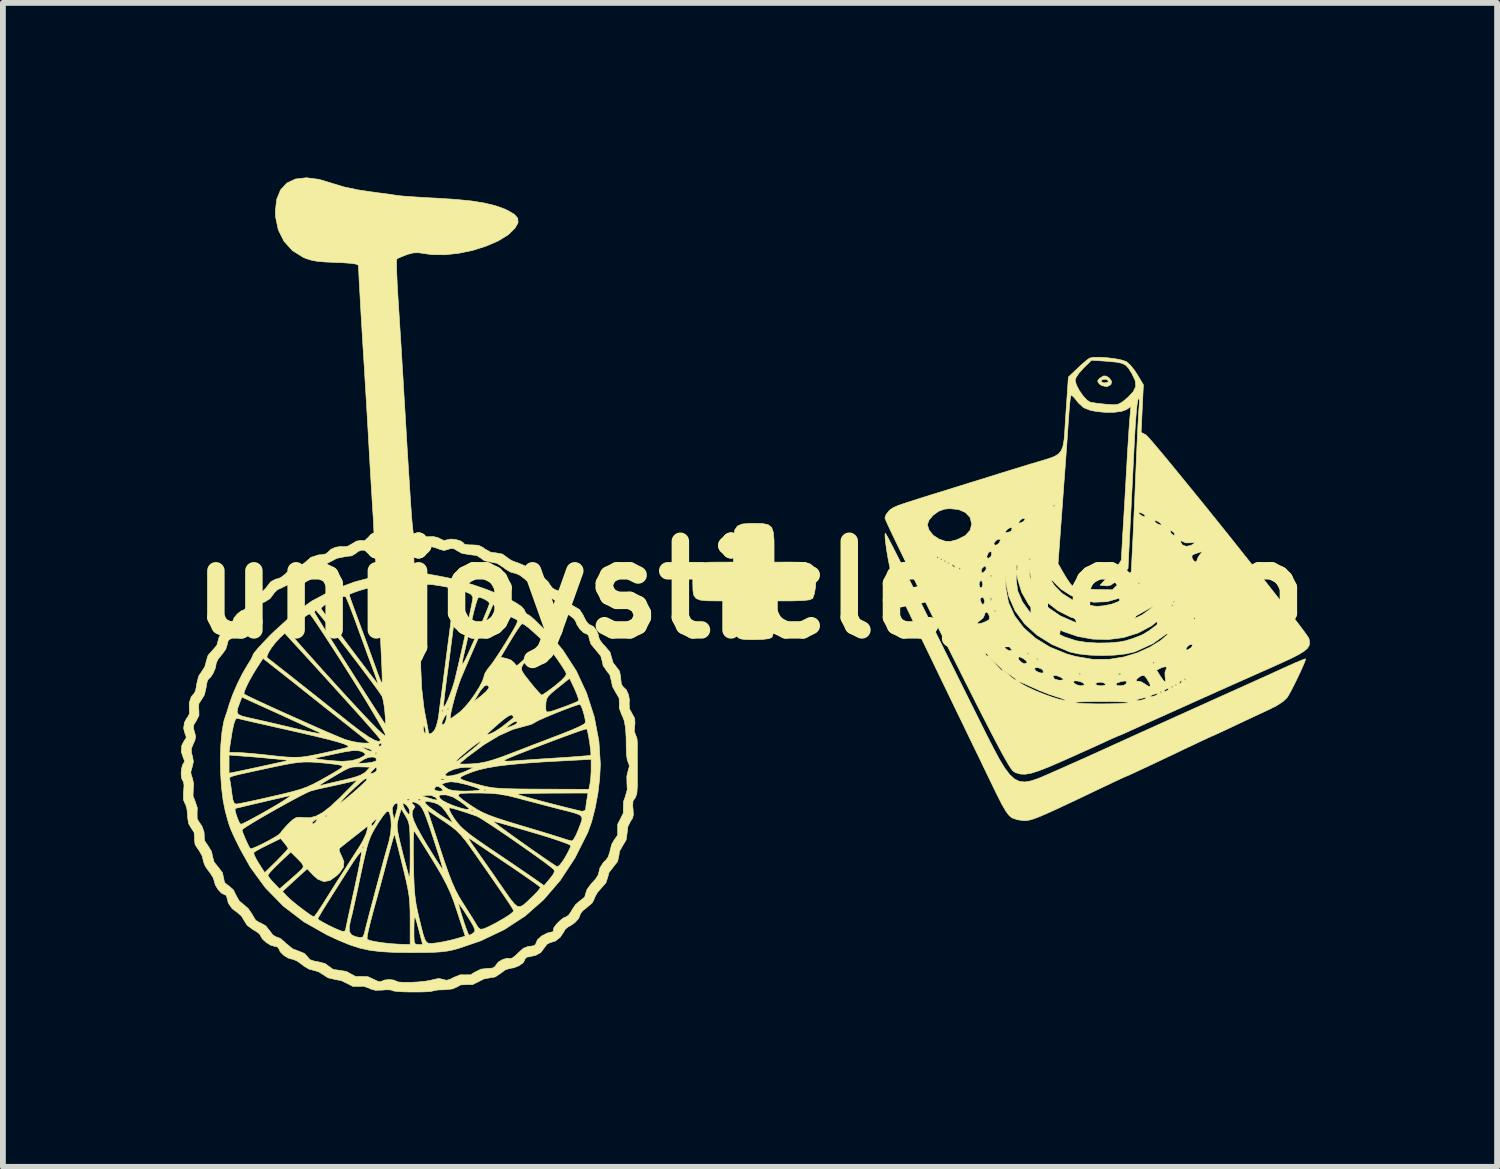
<source format=kicad_pcb>
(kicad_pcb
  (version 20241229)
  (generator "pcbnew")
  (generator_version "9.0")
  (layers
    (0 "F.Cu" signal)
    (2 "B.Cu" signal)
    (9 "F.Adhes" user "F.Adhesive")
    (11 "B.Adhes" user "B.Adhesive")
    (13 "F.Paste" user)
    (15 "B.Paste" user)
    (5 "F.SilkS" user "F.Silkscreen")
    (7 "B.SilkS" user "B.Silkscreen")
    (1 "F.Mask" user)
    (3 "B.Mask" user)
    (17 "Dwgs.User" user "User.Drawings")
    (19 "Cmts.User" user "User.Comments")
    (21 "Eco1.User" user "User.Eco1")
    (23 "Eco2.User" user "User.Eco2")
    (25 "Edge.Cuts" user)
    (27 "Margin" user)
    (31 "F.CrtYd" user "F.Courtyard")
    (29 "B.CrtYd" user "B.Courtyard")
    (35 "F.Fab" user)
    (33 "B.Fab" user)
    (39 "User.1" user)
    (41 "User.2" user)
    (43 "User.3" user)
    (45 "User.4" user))
  (footprint "unijoysticle_logo"
    (layer "F.Cu")
    (at 9.841 7.087)
    (property "Reference" "unijoysticle_logo" (at 0 0 0) (layer "F.SilkS") (effects (font (size 1.524 1.524) (thickness 0.3))))
    (attr through_hole)
    (fp_poly (pts (xy 6.123 -3.673) (xy 6.174 -3.64) (xy 6.215 -3.583) (xy 6.203 -3.528) (xy 6.145 -3.495) (xy 6.117 -3.493) (xy 6.039 -3.513) (xy 5.998 -3.544) (xy 5.974 -3.588) (xy 6.032 -3.588) (xy 6.059 -3.562) (xy 6.096 -3.556) (xy 6.148 -3.569) (xy 6.16 -3.588) (xy 6.133 -3.614) (xy 6.096 -3.619) (xy 6.044 -3.606) (xy 6.032 -3.588) (xy 5.974 -3.588) (xy 5.974 -3.589) (xy 6 -3.627) (xy 6.016 -3.639) (xy 6.077 -3.676) (xy 6.123 -3.673)) (stroke (width 0.01) (type solid)) (fill yes) (layer "F.SilkS"))
    (fp_poly (pts (xy 0.22 -1.138) (xy 0.313 -1.118) (xy 0.371 -1.072) (xy 0.4 -0.989) (xy 0.412 -0.859) (xy 0.413 -0.752) (xy 0.413 -0.476) (xy 0.706 -0.476) (xy 0.858 -0.474) (xy 0.96 -0.466) (xy 1.026 -0.449) (xy 1.068 -0.418) (xy 1.102 -0.368) (xy 1.11 -0.353) (xy 1.129 -0.277) (xy 1.133 -0.166) (xy 1.125 -0.044) (xy 1.106 0.067) (xy 1.079 0.143) (xy 1.073 0.15) (xy 1.024 0.172) (xy 0.918 0.185) (xy 0.752 0.19) (xy 0.726 0.191) (xy 0.413 0.191) (xy 0.413 0.486) (xy 0.408 0.648) (xy 0.396 0.761) (xy 0.376 0.818) (xy 0.375 0.819) (xy 0.321 0.84) (xy 0.215 0.853) (xy 0.075 0.857) (xy -0.057 0.856) (xy -0.141 0.848) (xy -0.192 0.831) (xy -0.225 0.802) (xy -0.236 0.787) (xy -0.265 0.717) (xy -0.281 0.605) (xy -0.286 0.453) (xy -0.286 0.191) (xy -0.574 0.191) (xy -0.741 0.189) (xy -0.856 0.177) (xy -0.927 0.149) (xy -0.966 0.096) (xy -0.981 0.01) (xy -0.984 -0.117) (xy -0.984 -0.126) (xy -0.98 -0.268) (xy -0.961 -0.366) (xy -0.917 -0.427) (xy -0.838 -0.46) (xy -0.714 -0.474) (xy -0.564 -0.476) (xy -0.286 -0.476) (xy -0.286 -0.76) (xy -0.281 -0.922) (xy -0.262 -1.03) (xy -0.216 -1.096) (xy -0.136 -1.13) (xy -0.01 -1.142) (xy 0.082 -1.143) (xy 0.22 -1.138)) (stroke (width 0.01) (type solid)) (fill yes) (layer "F.SilkS"))
    (fp_poly (pts (xy 2.329 -0.967) (xy 2.339 -0.952) (xy 2.356 -0.922) (xy 2.382 -0.875) (xy 2.418 -0.806) (xy 2.466 -0.713) (xy 2.527 -0.593) (xy 2.603 -0.443) (xy 2.695 -0.26) (xy 2.804 -0.041) (xy 2.933 0.217) (xy 3.083 0.517) (xy 3.255 0.862) (xy 3.45 1.255) (xy 3.671 1.699) (xy 3.9 2.159) (xy 4.05 2.461) (xy 4.177 2.71) (xy 4.284 2.91) (xy 4.378 3.064) (xy 4.464 3.177) (xy 4.546 3.252) (xy 4.63 3.293) (xy 4.721 3.303) (xy 4.824 3.286) (xy 4.944 3.247) (xy 5.086 3.187) (xy 5.231 3.123) (xy 5.365 3.064) (xy 5.477 3.014) (xy 5.578 2.969) (xy 5.678 2.925) (xy 5.787 2.876) (xy 5.915 2.818) (xy 6.072 2.747) (xy 6.267 2.658) (xy 6.477 2.563) (xy 6.654 2.482) (xy 6.874 2.383) (xy 7.122 2.271) (xy 7.383 2.153) (xy 7.642 2.036) (xy 7.826 1.953) (xy 8.047 1.853) (xy 8.256 1.759) (xy 8.444 1.675) (xy 8.602 1.603) (xy 8.721 1.55) (xy 8.791 1.518) (xy 8.795 1.516) (xy 8.887 1.475) (xy 9.016 1.416) (xy 9.16 1.35) (xy 9.238 1.315) (xy 9.363 1.259) (xy 9.465 1.216) (xy 9.53 1.191) (xy 9.548 1.187) (xy 9.541 1.219) (xy 9.511 1.294) (xy 9.465 1.397) (xy 9.409 1.516) (xy 9.35 1.636) (xy 9.295 1.743) (xy 9.25 1.824) (xy 9.231 1.853) (xy 9.162 1.919) (xy 9.049 1.993) (xy 8.94 2.048) (xy 8.821 2.104) (xy 8.664 2.177) (xy 8.493 2.257) (xy 8.339 2.33) (xy 8.199 2.396) (xy 8.081 2.451) (xy 7.996 2.49) (xy 7.956 2.508) (xy 7.954 2.508) (xy 7.923 2.521) (xy 7.846 2.557) (xy 7.732 2.61) (xy 7.592 2.677) (xy 7.52 2.71) (xy 7.272 2.829) (xy 7.046 2.936) (xy 6.849 3.029) (xy 6.686 3.105) (xy 6.563 3.162) (xy 6.486 3.197) (xy 6.461 3.207) (xy 6.431 3.22) (xy 6.354 3.255) (xy 6.239 3.309) (xy 6.098 3.376) (xy 6.015 3.415) (xy 5.725 3.554) (xy 5.486 3.667) (xy 5.292 3.758) (xy 5.138 3.828) (xy 5.017 3.881) (xy 4.924 3.919) (xy 4.853 3.944) (xy 4.798 3.959) (xy 4.753 3.966) (xy 4.711 3.968) (xy 4.704 3.967) (xy 4.598 3.953) (xy 4.503 3.92) (xy 4.5 3.919) (xy 4.453 3.879) (xy 4.397 3.805) (xy 4.329 3.688) (xy 4.244 3.521) (xy 4.218 3.468) (xy 4.137 3.3) (xy 4.038 3.095) (xy 3.931 2.872) (xy 3.823 2.651) (xy 3.754 2.508) (xy 3.653 2.298) (xy 3.543 2.072) (xy 3.436 1.85) (xy 3.34 1.651) (xy 3.286 1.54) (xy 3.207 1.376) (xy 3.109 1.172) (xy 3 0.948) (xy 2.89 0.72) (xy 2.795 0.524) (xy 2.704 0.334) (xy 2.618 0.154) (xy 2.544 -0.004) (xy 2.487 -0.13) (xy 2.451 -0.212) (xy 2.447 -0.222) (xy 2.423 -0.3) (xy 2.397 -0.413) (xy 2.371 -0.545) (xy 2.348 -0.681) (xy 2.331 -0.806) (xy 2.321 -0.905) (xy 2.321 -0.962) (xy 2.324 -0.97) (xy 2.329 -0.967)) (stroke (width 0.01) (type solid)) (fill yes) (layer "F.SilkS"))
    (fp_poly (pts (xy 6.134 -3.989) (xy 6.266 -3.973) (xy 6.383 -3.95) (xy 6.463 -3.924) (xy 6.471 -3.92) (xy 6.533 -3.865) (xy 6.606 -3.775) (xy 6.658 -3.696) (xy 6.761 -3.523) (xy 6.741 -3.114) (xy 6.722 -2.706) (xy 6.803 -2.663) (xy 6.836 -2.631) (xy 6.905 -2.554) (xy 7.004 -2.437) (xy 7.131 -2.286) (xy 7.281 -2.104) (xy 7.45 -1.897) (xy 7.635 -1.67) (xy 7.831 -1.429) (xy 8.034 -1.177) (xy 8.24 -0.92) (xy 8.445 -0.662) (xy 8.646 -0.41) (xy 8.839 -0.167) (xy 9.018 0.061) (xy 9.181 0.269) (xy 9.323 0.452) (xy 9.441 0.606) (xy 9.53 0.725) (xy 9.587 0.805) (xy 9.607 0.839) (xy 9.617 0.9) (xy 9.611 0.953) (xy 9.583 1.003) (xy 9.525 1.054) (xy 9.431 1.112) (xy 9.296 1.181) (xy 9.112 1.266) (xy 8.965 1.332) (xy 8.772 1.417) (xy 8.589 1.499) (xy 8.427 1.571) (xy 8.298 1.628) (xy 8.214 1.666) (xy 8.207 1.669) (xy 8.131 1.703) (xy 8.008 1.758) (xy 7.85 1.829) (xy 7.666 1.911) (xy 7.469 2) (xy 7.398 2.032) (xy 7.195 2.123) (xy 6.999 2.211) (xy 6.821 2.291) (xy 6.674 2.358) (xy 6.569 2.406) (xy 6.546 2.416) (xy 6.445 2.462) (xy 6.37 2.495) (xy 6.335 2.508) (xy 6.335 2.508) (xy 6.303 2.521) (xy 6.228 2.554) (xy 6.124 2.601) (xy 6.091 2.617) (xy 5.981 2.667) (xy 5.829 2.736) (xy 5.651 2.816) (xy 5.462 2.901) (xy 5.351 2.95) (xy 5.135 3.044) (xy 4.965 3.11) (xy 4.834 3.152) (xy 4.73 3.17) (xy 4.646 3.167) (xy 4.572 3.145) (xy 4.534 3.126) (xy 4.513 3.107) (xy 4.482 3.067) (xy 4.441 3.002) (xy 4.387 2.909) (xy 4.318 2.785) (xy 4.234 2.626) (xy 4.131 2.429) (xy 4.009 2.191) (xy 3.878 1.935) (xy 5.573 1.935) (xy 5.574 1.941) (xy 5.574 1.941) (xy 5.642 1.949) (xy 5.758 1.955) (xy 5.903 1.96) (xy 6.048 1.961) (xy 6.207 1.959) (xy 6.35 1.955) (xy 6.462 1.948) (xy 6.523 1.941) (xy 6.523 1.935) (xy 6.468 1.929) (xy 6.365 1.925) (xy 6.222 1.922) (xy 6.048 1.921) (xy 6.048 1.921) (xy 5.874 1.922) (xy 5.731 1.925) (xy 5.629 1.929) (xy 5.573 1.935) (xy 3.878 1.935) (xy 3.865 1.908) (xy 3.697 1.576) (xy 4.608 1.576) (xy 4.63 1.595) (xy 4.707 1.639) (xy 4.77 1.672) (xy 4.899 1.732) (xy 5.044 1.791) (xy 5.186 1.843) (xy 5.309 1.881) (xy 5.397 1.9) (xy 5.413 1.901) (xy 5.415 1.898) (xy 6.639 1.898) (xy 6.672 1.904) (xy 6.686 1.905) (xy 6.764 1.887) (xy 6.795 1.872) (xy 6.812 1.853) (xy 6.776 1.855) (xy 6.747 1.861) (xy 6.665 1.883) (xy 6.639 1.898) (xy 5.415 1.898) (xy 5.418 1.893) (xy 5.372 1.872) (xy 5.284 1.843) (xy 5.273 1.84) (xy 5.247 1.831) (xy 6.87 1.831) (xy 6.89 1.839) (xy 6.958 1.824) (xy 6.985 1.81) (xy 7.01 1.786) (xy 6.987 1.783) (xy 6.928 1.801) (xy 6.906 1.81) (xy 6.87 1.831) (xy 5.247 1.831) (xy 5.138 1.795) (xy 5.055 1.762) (xy 7.048 1.762) (xy 7.064 1.778) (xy 7.08 1.762) (xy 7.064 1.746) (xy 7.048 1.762) (xy 5.055 1.762) (xy 4.981 1.733) (xy 4.97 1.728) (xy 7.117 1.728) (xy 7.124 1.745) (xy 7.142 1.746) (xy 7.185 1.723) (xy 7.191 1.715) (xy 7.186 1.697) (xy 7.161 1.702) (xy 7.117 1.728) (xy 4.97 1.728) (xy 4.837 1.669) (xy 4.831 1.667) (xy 7.239 1.667) (xy 7.255 1.683) (xy 7.271 1.667) (xy 7.255 1.651) (xy 7.239 1.667) (xy 4.831 1.667) (xy 4.714 1.613) (xy 4.636 1.582) (xy 4.608 1.576) (xy 3.697 1.576) (xy 3.697 1.576) (xy 3.695 1.572) (xy 5.561 1.572) (xy 5.565 1.6) (xy 5.609 1.631) (xy 5.672 1.649) (xy 5.691 1.651) (xy 5.738 1.638) (xy 5.747 1.623) (xy 5.743 1.619) (xy 5.937 1.619) (xy 5.965 1.641) (xy 6.032 1.651) (xy 6.034 1.651) (xy 6.098 1.642) (xy 6.111 1.623) (xy 6.287 1.623) (xy 6.312 1.645) (xy 6.37 1.65) (xy 6.43 1.639) (xy 6.462 1.617) (xy 6.475 1.578) (xy 6.472 1.572) (xy 6.433 1.567) (xy 6.369 1.58) (xy 6.311 1.601) (xy 6.287 1.623) (xy 6.111 1.623) (xy 6.113 1.62) (xy 6.112 1.619) (xy 6.068 1.595) (xy 6.015 1.587) (xy 5.956 1.599) (xy 5.937 1.619) (xy 5.743 1.619) (xy 5.72 1.596) (xy 5.66 1.573) (xy 5.596 1.563) (xy 5.561 1.572) (xy 3.695 1.572) (xy 3.689 1.559) (xy 6.636 1.559) (xy 6.655 1.577) (xy 6.668 1.571) (xy 6.712 1.576) (xy 6.777 1.612) (xy 6.784 1.618) (xy 6.853 1.663) (xy 6.883 1.663) (xy 6.876 1.635) (xy 7.303 1.635) (xy 7.318 1.651) (xy 7.334 1.635) (xy 7.318 1.619) (xy 7.303 1.635) (xy 6.876 1.635) (xy 6.872 1.618) (xy 6.872 1.617) (xy 7.374 1.617) (xy 7.378 1.619) (xy 7.407 1.597) (xy 7.414 1.587) (xy 7.422 1.558) (xy 7.417 1.556) (xy 7.388 1.578) (xy 7.382 1.587) (xy 7.374 1.617) (xy 6.872 1.617) (xy 6.862 1.598) (xy 6.811 1.514) (xy 6.776 1.475) (xy 6.741 1.473) (xy 6.703 1.49) (xy 6.651 1.53) (xy 6.636 1.559) (xy 3.689 1.559) (xy 3.505 1.192) (xy 3.488 1.159) (xy 4.112 1.159) (xy 4.221 1.278) (xy 4.294 1.356) (xy 4.334 1.392) (xy 4.349 1.393) (xy 4.349 1.392) (xy 4.366 1.392) (xy 4.461 1.474) (xy 4.529 1.531) (xy 4.562 1.553) (xy 4.572 1.547) (xy 4.572 1.542) (xy 4.548 1.518) (xy 4.504 1.485) (xy 5.207 1.485) (xy 5.232 1.535) (xy 5.31 1.555) (xy 5.33 1.556) (xy 5.381 1.547) (xy 5.38 1.528) (xy 5.328 1.496) (xy 5.266 1.475) (xy 5.218 1.473) (xy 5.207 1.485) (xy 4.504 1.485) (xy 4.489 1.474) (xy 4.469 1.46) (xy 4.446 1.445) (xy 5.652 1.445) (xy 5.667 1.46) (xy 5.683 1.445) (xy 5.678 1.439) (xy 6.329 1.439) (xy 6.333 1.458) (xy 6.35 1.46) (xy 6.376 1.449) (xy 6.371 1.439) (xy 6.333 1.436) (xy 6.329 1.439) (xy 5.678 1.439) (xy 5.667 1.429) (xy 5.652 1.445) (xy 4.446 1.445) (xy 4.366 1.392) (xy 4.349 1.392) (xy 4.35 1.387) (xy 4.329 1.362) (xy 4.327 1.36) (xy 4.889 1.36) (xy 4.913 1.394) (xy 4.966 1.422) (xy 5.019 1.433) (xy 5.044 1.421) (xy 5.033 1.382) (xy 6.988 1.382) (xy 7.053 1.485) (xy 7.107 1.562) (xy 7.136 1.582) (xy 7.141 1.545) (xy 7.141 1.54) (xy 7.461 1.54) (xy 7.477 1.556) (xy 7.493 1.54) (xy 7.477 1.524) (xy 7.461 1.54) (xy 7.141 1.54) (xy 7.134 1.497) (xy 7.131 1.421) (xy 7.148 1.373) (xy 7.166 1.337) (xy 7.138 1.322) (xy 7.08 1.334) (xy 7.058 1.345) (xy 6.988 1.382) (xy 5.033 1.382) (xy 5.032 1.379) (xy 5.012 1.362) (xy 4.949 1.337) (xy 4.901 1.341) (xy 4.889 1.36) (xy 4.327 1.36) (xy 4.274 1.309) (xy 4.231 1.268) (xy 4.112 1.159) (xy 3.488 1.159) (xy 3.487 1.156) (xy 4.612 1.156) (xy 4.613 1.191) (xy 4.649 1.235) (xy 4.698 1.266) (xy 4.719 1.27) (xy 4.759 1.256) (xy 4.759 1.254) (xy 6.921 1.254) (xy 6.937 1.27) (xy 6.953 1.254) (xy 6.941 1.242) (xy 7.271 1.242) (xy 7.289 1.269) (xy 7.333 1.253) (xy 7.367 1.222) (xy 7.391 1.174) (xy 7.387 1.154) (xy 7.352 1.155) (xy 7.305 1.187) (xy 7.273 1.229) (xy 7.271 1.242) (xy 6.941 1.242) (xy 6.937 1.238) (xy 6.921 1.254) (xy 4.759 1.254) (xy 4.763 1.246) (xy 4.739 1.212) (xy 4.709 1.191) (xy 4.921 1.191) (xy 4.937 1.206) (xy 4.953 1.191) (xy 4.937 1.175) (xy 4.921 1.191) (xy 4.709 1.191) (xy 4.687 1.176) (xy 4.635 1.154) (xy 4.612 1.156) (xy 3.487 1.156) (xy 3.453 1.089) (xy 4.037 1.089) (xy 4.045 1.106) (xy 4.077 1.14) (xy 4.095 1.133) (xy 4.096 1.129) (xy 4.073 1.102) (xy 4.063 1.095) (xy 4.763 1.095) (xy 4.778 1.111) (xy 4.794 1.095) (xy 4.778 1.079) (xy 4.763 1.095) (xy 4.063 1.095) (xy 4.059 1.092) (xy 4.037 1.089) (xy 3.453 1.089) (xy 3.395 0.973) (xy 4.367 0.973) (xy 4.396 1.014) (xy 4.445 1.044) (xy 4.47 1.048) (xy 4.498 1.041) (xy 4.483 1.01) (xy 4.462 0.985) (xy 4.41 0.945) (xy 4.376 0.94) (xy 4.367 0.973) (xy 3.395 0.973) (xy 3.383 0.95) (xy 3.361 0.905) (xy 4.54 0.905) (xy 4.556 0.921) (xy 4.572 0.905) (xy 4.556 0.889) (xy 4.54 0.905) (xy 3.361 0.905) (xy 3.329 0.841) (xy 4.477 0.841) (xy 4.493 0.857) (xy 4.508 0.841) (xy 4.493 0.826) (xy 4.477 0.841) (xy 3.329 0.841) (xy 3.295 0.772) (xy 4.006 0.772) (xy 4.049 0.775) (xy 4.092 0.769) (xy 4.165 0.77) (xy 4.205 0.791) (xy 4.246 0.824) (xy 4.28 0.809) (xy 4.286 0.782) (xy 4.263 0.716) (xy 4.198 0.693) (xy 4.104 0.716) (xy 4.025 0.753) (xy 4.006 0.772) (xy 3.295 0.772) (xy 3.212 0.606) (xy 3.197 0.577) (xy 3.905 0.577) (xy 3.93 0.584) (xy 3.987 0.571) (xy 4.052 0.546) (xy 4.102 0.518) (xy 4.112 0.508) (xy 4.116 0.459) (xy 4.093 0.405) (xy 4.061 0.381) (xy 4.035 0.407) (xy 4.032 0.428) (xy 4.008 0.481) (xy 3.969 0.515) (xy 3.919 0.555) (xy 3.905 0.577) (xy 3.197 0.577) (xy 3.092 0.365) (xy 4.191 0.365) (xy 4.207 0.381) (xy 4.223 0.365) (xy 4.207 0.349) (xy 4.191 0.365) (xy 3.092 0.365) (xy 3.049 0.278) (xy 2.985 0.15) (xy 3.956 0.15) (xy 3.96 0.191) (xy 3.985 0.242) (xy 4.004 0.254) (xy 4.027 0.227) (xy 4.032 0.191) (xy 4.021 0.159) (xy 4.128 0.159) (xy 4.139 0.185) (xy 4.149 0.18) (xy 4.152 0.142) (xy 4.149 0.138) (xy 4.13 0.142) (xy 4.128 0.159) (xy 4.021 0.159) (xy 4.014 0.139) (xy 3.988 0.127) (xy 3.956 0.15) (xy 2.985 0.15) (xy 2.897 -0.029) (xy 2.864 -0.095) (xy 3.937 -0.095) (xy 3.95 -0.044) (xy 3.969 -0.032) (xy 3.995 -0.058) (xy 4 -0.095) (xy 3.987 -0.147) (xy 3.969 -0.159) (xy 3.943 -0.132) (xy 3.937 -0.095) (xy 2.864 -0.095) (xy 2.794 -0.238) (xy 4.128 -0.238) (xy 4.143 -0.222) (xy 4.159 -0.238) (xy 4.385 -0.238) (xy 4.397 -0.027) (xy 4.443 0.219) (xy 4.547 0.447) (xy 4.704 0.654) (xy 4.909 0.835) (xy 5.159 0.987) (xy 5.448 1.104) (xy 5.595 1.145) (xy 5.894 1.196) (xy 6.181 1.194) (xy 6.423 1.155) (xy 6.622 1.095) (xy 7.176 1.095) (xy 7.191 1.111) (xy 7.207 1.095) (xy 7.191 1.079) (xy 7.176 1.095) (xy 6.622 1.095) (xy 6.65 1.087) (xy 6.799 1.02) (xy 7.493 1.02) (xy 7.512 1.046) (xy 7.555 1.032) (xy 7.584 1.005) (xy 7.604 0.959) (xy 7.599 0.942) (xy 7.562 0.942) (xy 7.518 0.973) (xy 7.493 1.015) (xy 7.493 1.02) (xy 6.799 1.02) (xy 6.868 0.989) (xy 7.06 0.87) (xy 7.173 0.772) (xy 7.67 0.772) (xy 7.673 0.803) (xy 7.704 0.808) (xy 7.735 0.778) (xy 7.76 0.72) (xy 7.757 0.689) (xy 7.726 0.684) (xy 7.696 0.714) (xy 7.67 0.772) (xy 7.173 0.772) (xy 7.194 0.754) (xy 7.318 0.622) (xy 7.187 0.736) (xy 6.922 0.925) (xy 6.62 1.063) (xy 6.604 1.068) (xy 6.455 1.102) (xy 6.265 1.123) (xy 6.053 1.13) (xy 5.841 1.123) (xy 5.648 1.102) (xy 5.496 1.068) (xy 5.493 1.067) (xy 5.19 0.939) (xy 4.93 0.777) (xy 4.718 0.583) (xy 4.556 0.361) (xy 4.449 0.117) (xy 4.41 -0.057) (xy 4.395 -0.165) (xy 4.575 -0.165) (xy 4.601 0.02) (xy 4.681 0.206) (xy 4.809 0.385) (xy 4.976 0.551) (xy 5.175 0.694) (xy 5.398 0.807) (xy 5.604 0.875) (xy 5.771 0.902) (xy 5.97 0.915) (xy 6.175 0.912) (xy 6.36 0.895) (xy 6.455 0.876) (xy 6.583 0.836) (xy 6.712 0.786) (xy 6.762 0.763) (xy 6.869 0.696) (xy 6.987 0.606) (xy 6.992 0.601) (xy 7.31 0.601) (xy 7.315 0.603) (xy 7.344 0.581) (xy 7.35 0.572) (xy 7.358 0.542) (xy 7.354 0.54) (xy 7.325 0.562) (xy 7.318 0.572) (xy 7.31 0.601) (xy 6.992 0.601) (xy 7.097 0.507) (xy 7.111 0.492) (xy 7.62 0.492) (xy 7.636 0.508) (xy 7.65 0.494) (xy 7.766 0.494) (xy 7.766 0.545) (xy 7.772 0.554) (xy 7.813 0.571) (xy 7.838 0.532) (xy 7.842 0.492) (xy 7.833 0.432) (xy 7.814 0.413) (xy 7.785 0.439) (xy 7.766 0.494) (xy 7.65 0.494) (xy 7.652 0.492) (xy 7.636 0.476) (xy 7.62 0.492) (xy 7.111 0.492) (xy 7.182 0.415) (xy 7.214 0.367) (xy 7.213 0.354) (xy 7.176 0.382) (xy 7.111 0.444) (xy 7.105 0.45) (xy 6.9 0.62) (xy 6.668 0.743) (xy 6.418 0.821) (xy 6.156 0.855) (xy 5.892 0.848) (xy 5.631 0.801) (xy 5.383 0.716) (xy 5.156 0.597) (xy 4.955 0.443) (xy 4.791 0.257) (xy 4.669 0.042) (xy 4.605 -0.167) (xy 4.579 -0.302) (xy 4.575 -0.165) (xy 4.395 -0.165) (xy 4.385 -0.238) (xy 4.159 -0.238) (xy 4.143 -0.254) (xy 4.128 -0.238) (xy 2.794 -0.238) (xy 2.757 -0.312) (xy 2.746 -0.335) (xy 3.974 -0.335) (xy 3.981 -0.293) (xy 4.005 -0.293) (xy 4.048 -0.333) (xy 4.059 -0.363) (xy 4.056 -0.381) (xy 4.577 -0.381) (xy 4.582 -0.336) (xy 4.593 -0.341) (xy 4.595 -0.365) (xy 4.793 -0.365) (xy 4.811 -0.222) (xy 4.866 -0.029) (xy 4.977 0.152) (xy 5.135 0.313) (xy 5.333 0.448) (xy 5.562 0.549) (xy 5.715 0.592) (xy 5.907 0.624) (xy 6.078 0.629) (xy 6.265 0.607) (xy 6.303 0.6) (xy 6.533 0.534) (xy 6.746 0.427) (xy 6.874 0.333) (xy 6.945 0.27) (xy 7.239 0.27) (xy 7.255 0.286) (xy 7.271 0.27) (xy 7.255 0.254) (xy 7.239 0.27) (xy 6.945 0.27) (xy 6.969 0.249) (xy 6.858 0.323) (xy 6.62 0.457) (xy 6.381 0.538) (xy 6.12 0.57) (xy 6.046 0.572) (xy 5.773 0.546) (xy 5.518 0.473) (xy 5.29 0.358) (xy 5.096 0.206) (xy 4.945 0.023) (xy 4.853 -0.17) (xy 5.178 -0.17) (xy 5.188 -0.141) (xy 5.237 -0.066) (xy 5.361 0.061) (xy 5.53 0.168) (xy 5.723 0.244) (xy 5.925 0.281) (xy 5.972 0.284) (xy 6.074 0.275) (xy 6.194 0.252) (xy 6.236 0.24) (xy 6.323 0.206) (xy 7.271 0.206) (xy 7.287 0.222) (xy 7.811 0.222) (xy 7.824 0.274) (xy 7.842 0.286) (xy 7.868 0.259) (xy 7.874 0.222) (xy 7.861 0.171) (xy 7.842 0.159) (xy 7.816 0.185) (xy 7.811 0.222) (xy 7.287 0.222) (xy 7.303 0.206) (xy 7.287 0.191) (xy 7.271 0.206) (xy 6.323 0.206) (xy 6.388 0.181) (xy 6.451 0.143) (xy 7.017 0.143) (xy 7.033 0.159) (xy 7.048 0.143) (xy 7.033 0.127) (xy 7.017 0.143) (xy 6.451 0.143) (xy 6.521 0.102) (xy 6.616 0.016) (xy 6.634 -0.009) (xy 6.64 -0.033) (xy 6.601 -0.012) (xy 6.551 0.026) (xy 6.357 0.141) (xy 6.135 0.205) (xy 5.903 0.214) (xy 5.902 0.213) (xy 5.702 0.173) (xy 5.509 0.094) (xy 5.344 -0.013) (xy 5.273 -0.082) (xy 5.207 -0.151) (xy 5.178 -0.17) (xy 4.853 -0.17) (xy 4.845 -0.187) (xy 4.836 -0.216) (xy 4.793 -0.365) (xy 4.595 -0.365) (xy 4.597 -0.406) (xy 4.593 -0.421) (xy 4.581 -0.425) (xy 4.577 -0.381) (xy 4.056 -0.381) (xy 4.052 -0.405) (xy 4.027 -0.406) (xy 3.985 -0.366) (xy 3.974 -0.335) (xy 2.746 -0.335) (xy 2.731 -0.365) (xy 3.588 -0.365) (xy 3.604 -0.349) (xy 3.619 -0.365) (xy 3.604 -0.381) (xy 3.588 -0.365) (xy 2.731 -0.365) (xy 2.697 -0.435) (xy 3.466 -0.435) (xy 3.474 -0.418) (xy 3.506 -0.384) (xy 3.524 -0.391) (xy 3.524 -0.395) (xy 3.502 -0.422) (xy 3.488 -0.432) (xy 3.466 -0.435) (xy 2.697 -0.435) (xy 2.685 -0.46) (xy 3.397 -0.46) (xy 3.413 -0.445) (xy 3.419 -0.45) (xy 5.294 -0.45) (xy 5.395 -0.273) (xy 5.454 -0.178) (xy 5.504 -0.105) (xy 5.533 -0.074) (xy 5.617 -0.043) (xy 5.751 -0.02) (xy 5.922 -0.006) (xy 6.011 -0.004) (xy 6.228 0) (xy 6.303 -0.072) (xy 7.798 -0.072) (xy 7.801 -0.032) (xy 7.826 0.02) (xy 7.846 0.032) (xy 7.869 0.005) (xy 7.874 -0.032) (xy 7.855 -0.083) (xy 7.829 -0.095) (xy 7.798 -0.072) (xy 6.303 -0.072) (xy 6.344 -0.111) (xy 6.668 -0.111) (xy 6.683 -0.095) (xy 6.699 -0.111) (xy 6.683 -0.127) (xy 6.668 -0.111) (xy 6.344 -0.111) (xy 6.39 -0.155) (xy 6.545 -0.303) (xy 7.726 -0.303) (xy 7.747 -0.25) (xy 7.781 -0.222) (xy 7.782 -0.222) (xy 7.81 -0.242) (xy 7.81 -0.246) (xy 7.794 -0.294) (xy 7.762 -0.336) (xy 7.734 -0.346) (xy 7.732 -0.345) (xy 7.726 -0.303) (xy 6.545 -0.303) (xy 6.552 -0.31) (xy 6.557 -0.397) (xy 7.556 -0.397) (xy 7.572 -0.381) (xy 7.588 -0.397) (xy 7.572 -0.413) (xy 7.556 -0.397) (xy 6.557 -0.397) (xy 6.566 -0.584) (xy 7.593 -0.584) (xy 7.599 -0.548) (xy 7.608 -0.526) (xy 7.64 -0.483) (xy 7.672 -0.482) (xy 7.684 -0.513) (xy 7.703 -0.564) (xy 7.736 -0.609) (xy 7.767 -0.646) (xy 7.757 -0.654) (xy 7.695 -0.634) (xy 7.689 -0.632) (xy 7.618 -0.606) (xy 7.593 -0.584) (xy 6.566 -0.584) (xy 6.576 -0.766) (xy 6.578 -0.823) (xy 7.4 -0.823) (xy 7.427 -0.778) (xy 7.436 -0.768) (xy 7.497 -0.747) (xy 7.576 -0.762) (xy 7.636 -0.8) (xy 7.637 -0.816) (xy 7.582 -0.809) (xy 7.58 -0.808) (xy 7.489 -0.806) (xy 7.445 -0.826) (xy 7.407 -0.844) (xy 7.4 -0.823) (xy 6.578 -0.823) (xy 6.583 -0.927) (xy 6.587 -0.998) (xy 7.22 -0.998) (xy 7.24 -0.968) (xy 7.281 -0.935) (xy 7.301 -0.945) (xy 7.288 -0.982) (xy 7.245 -1.014) (xy 7.233 -1.016) (xy 7.22 -0.998) (xy 6.587 -0.998) (xy 6.593 -1.136) (xy 6.595 -1.189) (xy 6.956 -1.189) (xy 6.963 -1.162) (xy 7.005 -1.131) (xy 7.056 -1.113) (xy 7.064 -1.113) (xy 7.068 -1.129) (xy 7.035 -1.16) (xy 6.982 -1.189) (xy 6.956 -1.189) (xy 6.595 -1.189) (xy 6.601 -1.326) (xy 6.679 -1.326) (xy 6.698 -1.297) (xy 6.713 -1.285) (xy 6.766 -1.256) (xy 6.791 -1.256) (xy 6.784 -1.285) (xy 6.762 -1.303) (xy 6.705 -1.33) (xy 6.679 -1.326) (xy 6.601 -1.326) (xy 6.604 -1.379) (xy 6.615 -1.641) (xy 6.626 -1.907) (xy 6.634 -2.095) (xy 6.644 -2.335) (xy 6.654 -2.562) (xy 6.664 -2.767) (xy 6.673 -2.94) (xy 6.681 -3.069) (xy 6.687 -3.143) (xy 6.693 -3.247) (xy 6.685 -3.29) (xy 6.673 -3.286) (xy 6.662 -3.246) (xy 6.649 -3.153) (xy 6.636 -3.015) (xy 6.623 -2.844) (xy 6.611 -2.649) (xy 6.608 -2.588) (xy 6.596 -2.347) (xy 6.582 -2.065) (xy 6.567 -1.763) (xy 6.552 -1.463) (xy 6.538 -1.188) (xy 6.535 -1.143) (xy 6.497 -0.365) (xy 6.351 -0.212) (xy 6.264 -0.126) (xy 6.2 -0.081) (xy 6.142 -0.067) (xy 6.111 -0.069) (xy 6.017 -0.079) (xy 6.199 -0.278) (xy 6.283 -0.373) (xy 6.346 -0.454) (xy 6.379 -0.507) (xy 6.382 -0.516) (xy 6.384 -0.561) (xy 6.389 -0.656) (xy 6.397 -0.792) (xy 6.406 -0.954) (xy 6.412 -1.048) (xy 6.424 -1.253) (xy 6.439 -1.497) (xy 6.454 -1.757) (xy 6.468 -2.009) (xy 6.476 -2.143) (xy 6.487 -2.349) (xy 6.5 -2.547) (xy 6.511 -2.725) (xy 6.521 -2.866) (xy 6.528 -2.949) (xy 6.546 -3.151) (xy 6.473 -3.099) (xy 6.389 -3.068) (xy 6.263 -3.051) (xy 6.112 -3.049) (xy 5.957 -3.064) (xy 5.853 -3.084) (xy 5.736 -3.129) (xy 5.648 -3.208) (xy 5.619 -3.244) (xy 5.565 -3.311) (xy 5.525 -3.344) (xy 5.515 -3.343) (xy 5.506 -3.302) (xy 5.496 -3.213) (xy 5.485 -3.09) (xy 5.479 -3) (xy 5.469 -2.862) (xy 5.457 -2.678) (xy 5.442 -2.466) (xy 5.426 -2.245) (xy 5.414 -2.08) (xy 5.396 -1.841) (xy 5.377 -1.578) (xy 5.358 -1.316) (xy 5.34 -1.078) (xy 5.332 -0.963) (xy 5.294 -0.45) (xy 3.419 -0.45) (xy 3.429 -0.46) (xy 3.413 -0.476) (xy 3.397 -0.46) (xy 2.685 -0.46) (xy 2.669 -0.492) (xy 3.334 -0.492) (xy 3.35 -0.476) (xy 3.365 -0.492) (xy 3.35 -0.508) (xy 3.334 -0.492) (xy 2.669 -0.492) (xy 2.654 -0.524) (xy 3.27 -0.524) (xy 3.286 -0.508) (xy 3.302 -0.524) (xy 4.794 -0.524) (xy 4.81 -0.508) (xy 4.826 -0.524) (xy 4.81 -0.54) (xy 4.794 -0.524) (xy 3.302 -0.524) (xy 3.286 -0.54) (xy 3.27 -0.524) (xy 2.654 -0.524) (xy 2.638 -0.556) (xy 3.207 -0.556) (xy 3.223 -0.54) (xy 3.239 -0.556) (xy 3.226 -0.568) (xy 4.066 -0.568) (xy 4.087 -0.541) (xy 4.097 -0.54) (xy 4.135 -0.565) (xy 4.148 -0.589) (xy 4.154 -0.643) (xy 4.13 -0.663) (xy 4.095 -0.634) (xy 4.066 -0.568) (xy 3.226 -0.568) (xy 3.223 -0.572) (xy 3.207 -0.556) (xy 2.638 -0.556) (xy 2.633 -0.566) (xy 2.526 -0.785) (xy 2.524 -0.79) (xy 4.191 -0.79) (xy 4.21 -0.763) (xy 4.253 -0.778) (xy 4.282 -0.805) (xy 4.302 -0.851) (xy 4.297 -0.868) (xy 4.26 -0.868) (xy 4.216 -0.837) (xy 4.191 -0.794) (xy 4.191 -0.79) (xy 2.524 -0.79) (xy 2.439 -0.967) (xy 2.374 -1.105) (xy 2.368 -1.118) (xy 3.048 -1.118) (xy 3.076 -1.027) (xy 3.148 -0.938) (xy 3.248 -0.872) (xy 3.251 -0.871) (xy 3.353 -0.835) (xy 3.442 -0.831) (xy 3.551 -0.859) (xy 3.559 -0.862) (xy 3.699 -0.931) (xy 3.76 -0.998) (xy 4.386 -0.998) (xy 4.397 -0.985) (xy 4.42 -0.984) (xy 4.478 -1.002) (xy 4.494 -1.018) (xy 4.504 -1.061) (xy 4.476 -1.071) (xy 4.427 -1.043) (xy 4.422 -1.038) (xy 4.386 -0.998) (xy 3.76 -0.998) (xy 3.784 -1.024) (xy 3.81 -1.131) (xy 3.804 -1.155) (xy 4.615 -1.155) (xy 4.634 -1.145) (xy 4.691 -1.169) (xy 4.698 -1.174) (xy 4.726 -1.209) (xy 4.721 -1.227) (xy 4.684 -1.226) (xy 4.644 -1.197) (xy 4.615 -1.155) (xy 3.804 -1.155) (xy 3.782 -1.243) (xy 3.703 -1.328) (xy 3.583 -1.38) (xy 3.431 -1.395) (xy 3.34 -1.386) (xy 3.242 -1.35) (xy 3.148 -1.282) (xy 3.078 -1.201) (xy 3.048 -1.121) (xy 3.048 -1.118) (xy 2.368 -1.118) (xy 2.333 -1.196) (xy 2.318 -1.235) (xy 2.318 -1.235) (xy 2.34 -1.296) (xy 2.389 -1.358) (xy 2.416 -1.381) (xy 2.447 -1.403) (xy 2.489 -1.424) (xy 2.538 -1.445) (xy 5.207 -1.445) (xy 5.223 -1.429) (xy 5.239 -1.445) (xy 5.223 -1.46) (xy 5.207 -1.445) (xy 2.538 -1.445) (xy 2.55 -1.449) (xy 2.638 -1.481) (xy 2.762 -1.521) (xy 2.928 -1.574) (xy 3.144 -1.642) (xy 3.223 -1.666) (xy 3.416 -1.726) (xy 3.615 -1.788) (xy 3.8 -1.846) (xy 3.951 -1.892) (xy 3.985 -1.903) (xy 4.114 -1.943) (xy 4.286 -1.997) (xy 4.484 -2.058) (xy 4.69 -2.121) (xy 4.815 -2.16) (xy 4.992 -2.212) (xy 5.127 -2.253) (xy 5.228 -2.29) (xy 5.3 -2.333) (xy 5.348 -2.39) (xy 5.379 -2.47) (xy 5.398 -2.581) (xy 5.41 -2.732) (xy 5.422 -2.932) (xy 5.433 -3.091) (xy 5.468 -3.603) (xy 5.588 -3.603) (xy 5.608 -3.525) (xy 5.657 -3.429) (xy 5.724 -3.333) (xy 5.793 -3.258) (xy 5.849 -3.224) (xy 5.966 -3.205) (xy 6.121 -3.189) (xy 6.248 -3.18) (xy 6.323 -3.188) (xy 6.398 -3.227) (xy 6.493 -3.306) (xy 6.494 -3.306) (xy 6.588 -3.407) (xy 6.63 -3.497) (xy 6.621 -3.594) (xy 6.564 -3.715) (xy 6.555 -3.73) (xy 6.505 -3.809) (xy 6.456 -3.861) (xy 6.393 -3.893) (xy 6.301 -3.912) (xy 6.164 -3.925) (xy 6.118 -3.929) (xy 5.87 -3.946) (xy 5.729 -3.808) (xy 5.654 -3.724) (xy 5.603 -3.647) (xy 5.588 -3.603) (xy 5.468 -3.603) (xy 5.472 -3.657) (xy 5.628 -3.805) (xy 5.715 -3.885) (xy 5.79 -3.949) (xy 5.834 -3.981) (xy 5.898 -3.995) (xy 6.004 -3.997) (xy 6.134 -3.989)) (stroke (width 0.01) (type solid)) (fill yes) (layer "F.SilkS"))
    (fp_poly (pts (xy -7.406 -7.054) (xy -7.186 -6.987) (xy -6.977 -6.924) (xy -6.723 -6.871) (xy -6.54 -6.844) (xy -6.379 -6.822) (xy -6.233 -6.803) (xy -6.118 -6.786) (xy -6.049 -6.776) (xy -6.048 -6.776) (xy -5.986 -6.769) (xy -5.873 -6.76) (xy -5.721 -6.75) (xy -5.543 -6.739) (xy -5.382 -6.731) (xy -5.057 -6.71) (xy -4.787 -6.683) (xy -4.563 -6.647) (xy -4.377 -6.602) (xy -4.22 -6.546) (xy -4.169 -6.522) (xy -4.05 -6.453) (xy -3.991 -6.385) (xy -3.987 -6.309) (xy -4.037 -6.219) (xy -4.042 -6.213) (xy -4.16 -6.099) (xy -4.329 -5.996) (xy -4.535 -5.907) (xy -4.765 -5.834) (xy -5.005 -5.784) (xy -5.243 -5.758) (xy -5.465 -5.761) (xy -5.571 -5.775) (xy -5.693 -5.793) (xy -5.785 -5.791) (xy -5.878 -5.767) (xy -5.904 -5.758) (xy -5.993 -5.723) (xy -6.056 -5.695) (xy -6.07 -5.686) (xy -6.075 -5.65) (xy -6.075 -5.561) (xy -6.071 -5.427) (xy -6.064 -5.258) (xy -6.053 -5.065) (xy -6.049 -5.001) (xy -6.034 -4.77) (xy -6.017 -4.495) (xy -5.998 -4.197) (xy -5.98 -3.894) (xy -5.962 -3.607) (xy -5.956 -3.493) (xy -5.928 -3.028) (xy -5.904 -2.622) (xy -5.883 -2.272) (xy -5.864 -1.974) (xy -5.848 -1.722) (xy -5.835 -1.514) (xy -5.823 -1.344) (xy -5.813 -1.21) (xy -5.803 -1.107) (xy -5.795 -1.03) (xy -5.788 -0.977) (xy -5.781 -0.943) (xy -5.774 -0.923) (xy -5.767 -0.914) (xy -5.767 -0.914) (xy -5.716 -0.904) (xy -5.628 -0.904) (xy -5.567 -0.91) (xy -5.447 -0.916) (xy -5.364 -0.897) (xy -5.332 -0.879) (xy -5.259 -0.846) (xy -5.201 -0.861) (xy -5.139 -0.872) (xy -5.058 -0.864) (xy -4.979 -0.841) (xy -4.929 -0.81) (xy -4.921 -0.794) (xy -4.893 -0.779) (xy -4.821 -0.772) (xy -4.781 -0.772) (xy -4.67 -0.765) (xy -4.59 -0.728) (xy -4.564 -0.706) (xy -4.455 -0.645) (xy -4.37 -0.635) (xy -4.255 -0.614) (xy -4.182 -0.56) (xy -4.102 -0.504) (xy -4.002 -0.466) (xy -3.992 -0.464) (xy -3.867 -0.411) (xy -3.804 -0.348) (xy -3.742 -0.285) (xy -3.682 -0.255) (xy -3.675 -0.254) (xy -3.562 -0.224) (xy -3.47 -0.138) (xy -3.444 -0.094) (xy -3.396 -0.029) (xy -3.344 0.001) (xy -3.341 0.001) (xy -3.247 0.034) (xy -3.162 0.129) (xy -3.133 0.179) (xy -3.071 0.258) (xy -3 0.299) (xy -2.931 0.339) (xy -2.872 0.429) (xy -2.857 0.461) (xy -2.813 0.544) (xy -2.768 0.595) (xy -2.749 0.603) (xy -2.693 0.63) (xy -2.64 0.695) (xy -2.607 0.774) (xy -2.604 0.806) (xy -2.581 0.864) (xy -2.525 0.938) (xy -2.492 0.97) (xy -2.407 1.071) (xy -2.381 1.16) (xy -2.354 1.253) (xy -2.302 1.32) (xy -2.243 1.398) (xy -2.223 1.499) (xy -2.223 1.523) (xy -2.211 1.622) (xy -2.18 1.669) (xy -2.178 1.67) (xy -2.127 1.718) (xy -2.088 1.803) (xy -2.072 1.899) (xy -2.077 1.952) (xy -2.073 2.044) (xy -2.029 2.125) (xy -1.982 2.21) (xy -1.977 2.301) (xy -1.982 2.333) (xy -1.988 2.436) (xy -1.967 2.494) (xy -1.943 2.555) (xy -1.935 2.641) (xy -1.935 2.642) (xy -1.937 2.747) (xy -1.937 2.834) (xy -1.936 2.923) (xy -1.936 3.034) (xy -1.936 3.056) (xy -1.936 3.17) (xy -1.936 3.305) (xy -1.936 3.369) (xy -1.945 3.501) (xy -1.973 3.577) (xy -1.982 3.586) (xy -2.012 3.634) (xy -2.016 3.718) (xy -2.011 3.766) (xy -2.004 3.868) (xy -2.024 3.936) (xy -2.051 3.973) (xy -2.1 4.071) (xy -2.112 4.177) (xy -2.13 4.301) (xy -2.184 4.39) (xy -2.243 4.494) (xy -2.254 4.569) (xy -2.276 4.67) (xy -2.349 4.762) (xy -2.349 4.763) (xy -2.424 4.859) (xy -2.445 4.938) (xy -2.476 5.034) (xy -2.553 5.123) (xy -2.622 5.201) (xy -2.665 5.278) (xy -2.672 5.302) (xy -2.712 5.381) (xy -2.802 5.458) (xy -2.875 5.516) (xy -2.917 5.571) (xy -2.921 5.588) (xy -2.946 5.649) (xy -3.008 5.718) (xy -3.087 5.774) (xy -3.12 5.789) (xy -3.174 5.832) (xy -3.205 5.886) (xy -3.262 5.971) (xy -3.346 6.037) (xy -3.434 6.064) (xy -3.435 6.064) (xy -3.487 6.09) (xy -3.537 6.153) (xy -3.539 6.157) (xy -3.596 6.234) (xy -3.682 6.282) (xy -3.812 6.311) (xy -3.834 6.313) (xy -3.869 6.344) (xy -3.873 6.365) (xy -3.901 6.412) (xy -3.969 6.46) (xy -4.057 6.496) (xy -4.134 6.509) (xy -4.206 6.532) (xy -4.279 6.586) (xy -4.282 6.589) (xy -4.382 6.655) (xy -4.465 6.668) (xy -4.573 6.688) (xy -4.666 6.735) (xy -4.767 6.785) (xy -4.863 6.786) (xy -4.974 6.791) (xy -5.028 6.822) (xy -5.113 6.86) (xy -5.249 6.874) (xy -5.25 6.874) (xy -5.35 6.877) (xy -5.424 6.887) (xy -5.445 6.894) (xy -5.492 6.904) (xy -5.582 6.91) (xy -5.701 6.913) (xy -5.831 6.913) (xy -5.956 6.91) (xy -6.061 6.904) (xy -6.129 6.895) (xy -6.145 6.888) (xy -6.183 6.876) (xy -6.263 6.875) (xy -6.316 6.88) (xy -6.438 6.884) (xy -6.522 6.86) (xy -6.541 6.849) (xy -6.646 6.813) (xy -6.721 6.817) (xy -6.827 6.816) (xy -6.922 6.767) (xy -7.025 6.717) (xy -7.124 6.699) (xy -7.253 6.669) (xy -7.328 6.62) (xy -7.412 6.567) (xy -7.494 6.541) (xy -7.504 6.54) (xy -7.579 6.52) (xy -7.668 6.467) (xy -7.695 6.445) (xy -7.774 6.387) (xy -7.846 6.353) (xy -7.866 6.35) (xy -7.937 6.33) (xy -8.014 6.282) (xy -8.075 6.222) (xy -8.096 6.173) (xy -8.124 6.137) (xy -8.171 6.128) (xy -8.239 6.108) (xy -8.316 6.06) (xy -8.382 6) (xy -8.413 5.945) (xy -8.414 5.939) (xy -8.44 5.906) (xy -8.504 5.862) (xy -8.537 5.844) (xy -8.644 5.766) (xy -8.693 5.687) (xy -8.741 5.607) (xy -8.8 5.555) (xy -8.899 5.481) (xy -8.966 5.387) (xy -8.985 5.31) (xy -9.002 5.254) (xy -9.031 5.239) (xy -9.085 5.213) (xy -9.144 5.15) (xy -9.191 5.072) (xy -9.208 5.008) (xy -9.228 4.947) (xy -9.278 4.867) (xy -9.303 4.837) (xy -9.363 4.751) (xy -9.396 4.668) (xy -9.398 4.647) (xy -9.418 4.57) (xy -9.468 4.483) (xy -9.48 4.468) (xy -9.538 4.378) (xy -9.549 4.291) (xy -9.547 4.273) (xy -9.554 4.171) (xy -9.6 4.102) (xy -9.649 4.02) (xy -9.667 3.907) (xy -9.667 3.876) (xy -9.677 3.774) (xy -9.699 3.693) (xy -9.712 3.672) (xy -9.739 3.608) (xy -9.739 3.504) (xy -9.735 3.463) (xy -9.728 3.358) (xy -9.739 3.296) (xy -9.746 3.287) (xy -9.77 3.241) (xy -9.778 3.161) (xy -9.776 3.134) (xy -9.613 3.134) (xy -9.599 3.202) (xy -9.589 3.222) (xy -9.563 3.327) (xy -9.569 3.428) (xy -9.573 3.544) (xy -9.539 3.633) (xy -9.537 3.636) (xy -9.499 3.75) (xy -9.503 3.826) (xy -9.502 3.934) (xy -9.475 3.982) (xy -9.421 4.062) (xy -9.385 4.159) (xy -9.379 4.243) (xy -9.382 4.254) (xy -9.373 4.315) (xy -9.321 4.392) (xy -9.319 4.394) (xy -9.256 4.496) (xy -9.239 4.577) (xy -9.212 4.679) (xy -9.144 4.763) (xy -9.068 4.861) (xy -9.049 4.948) (xy -9.032 5.03) (xy -8.971 5.082) (xy -8.961 5.086) (xy -8.878 5.159) (xy -8.842 5.236) (xy -8.778 5.349) (xy -8.709 5.406) (xy -8.627 5.476) (xy -8.56 5.572) (xy -8.553 5.587) (xy -8.496 5.681) (xy -8.424 5.724) (xy -8.413 5.726) (xy -8.326 5.774) (xy -8.26 5.856) (xy -8.199 5.935) (xy -8.138 5.969) (xy -8.132 5.969) (xy -8.074 5.992) (xy -8.004 6.049) (xy -7.983 6.072) (xy -7.862 6.17) (xy -7.766 6.207) (xy -7.659 6.25) (xy -7.606 6.307) (xy -7.565 6.356) (xy -7.486 6.383) (xy -7.433 6.391) (xy -7.305 6.423) (xy -7.235 6.474) (xy -7.164 6.525) (xy -7.056 6.54) (xy -6.933 6.561) (xy -6.861 6.602) (xy -6.779 6.646) (xy -6.683 6.645) (xy -6.568 6.649) (xy -6.471 6.694) (xy -6.387 6.734) (xy -6.337 6.731) (xy -6.336 6.73) (xy -6.285 6.708) (xy -6.205 6.699) (xy -6.203 6.699) (xy -6.127 6.707) (xy -6.084 6.725) (xy -6.083 6.726) (xy -6.043 6.741) (xy -5.957 6.747) (xy -5.842 6.747) (xy -5.715 6.741) (xy -5.592 6.729) (xy -5.491 6.712) (xy -5.455 6.702) (xy -5.351 6.68) (xy -5.276 6.696) (xy -5.274 6.697) (xy -5.216 6.712) (xy -5.146 6.691) (xy -5.099 6.665) (xy -4.981 6.617) (xy -4.896 6.618) (xy -4.803 6.617) (xy -4.732 6.573) (xy -4.623 6.52) (xy -4.522 6.509) (xy -4.429 6.502) (xy -4.381 6.476) (xy -4.366 6.448) (xy -4.326 6.398) (xy -4.253 6.355) (xy -4.175 6.332) (xy -4.121 6.338) (xy -4.084 6.328) (xy -4.024 6.28) (xy -3.986 6.242) (xy -3.897 6.163) (xy -3.815 6.13) (xy -3.782 6.128) (xy -3.708 6.116) (xy -3.683 6.086) (xy -3.655 6.017) (xy -3.582 5.95) (xy -3.483 5.899) (xy -3.387 5.876) (xy -3.375 5.854) (xy -3.38 5.845) (xy -3.371 5.807) (xy -3.327 5.748) (xy -3.266 5.686) (xy -3.203 5.638) (xy -3.159 5.62) (xy -3.12 5.594) (xy -3.073 5.528) (xy -3.059 5.501) (xy -3 5.413) (xy -2.928 5.349) (xy -2.913 5.34) (xy -2.842 5.282) (xy -2.826 5.223) (xy -2.801 5.149) (xy -2.736 5.061) (xy -2.715 5.039) (xy -2.649 4.964) (xy -2.609 4.899) (xy -2.603 4.876) (xy -2.58 4.781) (xy -2.521 4.687) (xy -2.476 4.645) (xy -2.437 4.59) (xy -2.409 4.502) (xy -2.404 4.475) (xy -2.377 4.374) (xy -2.331 4.293) (xy -2.321 4.283) (xy -2.275 4.215) (xy -2.275 4.129) (xy -2.275 4.125) (xy -2.274 4.027) (xy -2.227 3.937) (xy -2.178 3.838) (xy -2.178 3.753) (xy -2.174 3.639) (xy -2.146 3.561) (xy -2.11 3.436) (xy -2.115 3.335) (xy -2.118 3.206) (xy -2.096 3.112) (xy -2.073 3.031) (xy -2.088 2.977) (xy -2.092 2.973) (xy -2.111 2.919) (xy -2.124 2.825) (xy -2.127 2.743) (xy -2.13 2.528) (xy -2.141 2.368) (xy -2.162 2.251) (xy -2.193 2.169) (xy -2.204 2.151) (xy -2.248 2.03) (xy -2.246 1.961) (xy -2.25 1.863) (xy -2.301 1.774) (xy -2.306 1.768) (xy -2.365 1.661) (xy -2.381 1.575) (xy -2.411 1.459) (xy -2.461 1.397) (xy -2.525 1.303) (xy -2.54 1.231) (xy -2.565 1.139) (xy -2.644 1.041) (xy -2.651 1.034) (xy -2.735 0.932) (xy -2.762 0.846) (xy -2.776 0.782) (xy -2.804 0.762) (xy -2.861 0.737) (xy -2.924 0.676) (xy -2.974 0.601) (xy -2.99 0.556) (xy -3.023 0.501) (xy -3.093 0.444) (xy -3.119 0.429) (xy -3.207 0.364) (xy -3.264 0.289) (xy -3.268 0.279) (xy -3.328 0.196) (xy -3.412 0.145) (xy -3.503 0.088) (xy -3.575 0.01) (xy -3.581 0.002) (xy -3.649 -0.077) (xy -3.709 -0.095) (xy -3.778 -0.117) (xy -3.857 -0.171) (xy -3.878 -0.191) (xy -3.957 -0.251) (xy -4.033 -0.284) (xy -4.049 -0.286) (xy -4.119 -0.306) (xy -4.204 -0.357) (xy -4.234 -0.381) (xy -4.347 -0.455) (xy -4.452 -0.476) (xy -4.564 -0.499) (xy -4.62 -0.54) (xy -4.697 -0.589) (xy -4.811 -0.603) (xy -4.95 -0.626) (xy -5.026 -0.667) (xy -5.094 -0.709) (xy -5.153 -0.708) (xy -5.186 -0.695) (xy -5.259 -0.676) (xy -5.337 -0.696) (xy -5.364 -0.709) (xy -5.48 -0.743) (xy -5.621 -0.74) (xy -5.779 -0.721) (xy -5.778 -0.543) (xy -5.774 -0.439) (xy -5.764 -0.36) (xy -5.754 -0.332) (xy -5.715 -0.314) (xy -5.627 -0.291) (xy -5.503 -0.264) (xy -5.368 -0.24) (xy -5.169 -0.201) (xy -4.958 -0.146) (xy -4.744 -0.081) (xy -4.534 -0.008) (xy -4.339 0.069) (xy -4.167 0.146) (xy -4.027 0.221) (xy -3.928 0.288) (xy -3.878 0.345) (xy -3.873 0.363) (xy -3.847 0.409) (xy -3.815 0.427) (xy -3.77 0.457) (xy -3.694 0.525) (xy -3.598 0.619) (xy -3.491 0.728) (xy -3.384 0.843) (xy -3.287 0.952) (xy -3.212 1.044) (xy -3.208 1.05) (xy -2.986 1.394) (xy -2.808 1.777) (xy -2.677 2.185) (xy -2.597 2.605) (xy -2.572 3) (xy -2.584 3.242) (xy -2.615 3.501) (xy -2.663 3.756) (xy -2.723 3.988) (xy -2.79 4.175) (xy -3.011 4.613) (xy -3.263 4.996) (xy -3.547 5.326) (xy -3.867 5.608) (xy -4.226 5.842) (xy -4.628 6.033) (xy -5.011 6.164) (xy -5.107 6.19) (xy -5.2 6.209) (xy -5.302 6.222) (xy -5.425 6.23) (xy -5.583 6.234) (xy -5.789 6.235) (xy -5.842 6.235) (xy -6.114 6.232) (xy -6.338 6.22) (xy -6.531 6.197) (xy -6.707 6.158) (xy -6.884 6.101) (xy -7.075 6.022) (xy -7.145 5.989) (xy -6.582 5.989) (xy -6.577 6.009) (xy -6.53 6.028) (xy -6.436 6.048) (xy -6.312 6.067) (xy -6.174 6.082) (xy -6.039 6.091) (xy -6.009 6.092) (xy -5.842 6.096) (xy -5.842 5.962) (xy -5.776 5.962) (xy -5.772 6.04) (xy -5.76 6.08) (xy -5.735 6.094) (xy -5.703 6.096) (xy -5.627 6.096) (xy -5.687 5.866) (xy -5.725 5.724) (xy -5.75 5.642) (xy -5.764 5.619) (xy -5.772 5.656) (xy -5.775 5.749) (xy -5.776 5.834) (xy -5.776 5.962) (xy -5.842 5.962) (xy -5.842 5.682) (xy -5.843 5.52) (xy -5.849 5.387) (xy -5.86 5.265) (xy -5.881 5.138) (xy -5.913 4.988) (xy -5.958 4.798) (xy -5.973 4.737) (xy -6.016 4.563) (xy -6.054 4.412) (xy -6.084 4.295) (xy -6.104 4.221) (xy -6.11 4.199) (xy -6.12 4.225) (xy -6.143 4.302) (xy -6.176 4.42) (xy -6.216 4.567) (xy -6.237 4.644) (xy -6.283 4.819) (xy -6.328 4.987) (xy -6.367 5.131) (xy -6.396 5.235) (xy -6.401 5.255) (xy -6.47 5.502) (xy -6.521 5.695) (xy -6.556 5.837) (xy -6.576 5.933) (xy -6.582 5.989) (xy -7.145 5.989) (xy -7.271 5.931) (xy -7.669 5.706) (xy -7.735 5.655) (xy -7.429 5.655) (xy -7.403 5.678) (xy -7.336 5.718) (xy -7.245 5.766) (xy -7.148 5.813) (xy -7.061 5.851) (xy -7.003 5.872) (xy -6.993 5.873) (xy -6.956 5.86) (xy -6.953 5.852) (xy -6.947 5.816) (xy -6.94 5.786) (xy -6.888 5.786) (xy -6.886 5.875) (xy -6.849 5.93) (xy -6.787 5.959) (xy -6.701 5.98) (xy -6.655 5.967) (xy -6.629 5.909) (xy -6.619 5.865) (xy -6.604 5.803) (xy -6.575 5.691) (xy -6.536 5.54) (xy -6.488 5.361) (xy -6.436 5.164) (xy -6.382 4.963) (xy -6.329 4.766) (xy -6.28 4.586) (xy -6.237 4.434) (xy -6.205 4.32) (xy -6.203 4.312) (xy -6.176 4.179) (xy -6.166 4.042) (xy -6.167 4.04) (xy -6.065 4.04) (xy -6.063 4.105) (xy -6.049 4.191) (xy -6.023 4.309) (xy -5.982 4.474) (xy -5.973 4.512) (xy -5.933 4.669) (xy -5.897 4.801) (xy -5.87 4.898) (xy -5.854 4.948) (xy -5.852 4.953) (xy -5.848 4.923) (xy -5.845 4.841) (xy -5.843 4.717) (xy -5.842 4.563) (xy -5.842 4.533) (xy -5.787 4.533) (xy -5.784 4.71) (xy -5.779 4.938) (xy -5.771 5.119) (xy -5.758 5.267) (xy -5.74 5.399) (xy -5.714 5.53) (xy -5.694 5.618) (xy -5.65 5.798) (xy -5.617 5.925) (xy -5.589 6.008) (xy -5.56 6.056) (xy -5.525 6.076) (xy -5.479 6.079) (xy -5.416 6.072) (xy -5.408 6.072) (xy -5.285 6.052) (xy -5.145 6.022) (xy -5.075 6.004) (xy -4.895 5.953) (xy -5.032 5.534) (xy -5.078 5.397) (xy -5.011 5.397) (xy -4.988 5.485) (xy -4.955 5.595) (xy -4.918 5.711) (xy -4.881 5.817) (xy -4.85 5.897) (xy -4.83 5.936) (xy -4.827 5.937) (xy -4.788 5.92) (xy -4.754 5.898) (xy -4.732 5.874) (xy -4.73 5.841) (xy -4.751 5.787) (xy -4.8 5.701) (xy -4.861 5.604) (xy -4.928 5.501) (xy -4.979 5.428) (xy -5.007 5.394) (xy -5.011 5.397) (xy -5.078 5.397) (xy -5.091 5.358) (xy -5.15 5.208) (xy -5.216 5.065) (xy -5.296 4.913) (xy -5.401 4.734) (xy -5.46 4.637) (xy -5.556 4.482) (xy -5.641 4.346) (xy -5.709 4.239) (xy -5.756 4.169) (xy -5.774 4.146) (xy -5.78 4.172) (xy -5.784 4.252) (xy -5.787 4.375) (xy -5.787 4.533) (xy -5.842 4.533) (xy -5.842 4.485) (xy -5.843 4.301) (xy -5.846 4.167) (xy -5.853 4.073) (xy -5.866 4.005) (xy -5.885 3.951) (xy -5.914 3.899) (xy -5.919 3.89) (xy -5.995 3.764) (xy -6.04 3.918) (xy -6.056 3.982) (xy -6.065 4.04) (xy -6.167 4.04) (xy -6.174 3.919) (xy -6.198 3.83) (xy -6.215 3.805) (xy -6.247 3.815) (xy -6.304 3.879) (xy -6.384 3.997) (xy -6.4 4.022) (xy -6.448 4.1) (xy -6.487 4.17) (xy -6.521 4.24) (xy -6.551 4.319) (xy -6.581 4.416) (xy -6.612 4.539) (xy -6.649 4.699) (xy -6.693 4.903) (xy -6.747 5.159) (xy -6.782 5.319) (xy -6.814 5.466) (xy -6.841 5.583) (xy -6.859 5.652) (xy -6.888 5.786) (xy -6.94 5.786) (xy -6.928 5.728) (xy -6.9 5.596) (xy -6.864 5.431) (xy -6.823 5.242) (xy -6.809 5.181) (xy -6.767 4.985) (xy -6.73 4.81) (xy -6.702 4.665) (xy -6.683 4.559) (xy -6.676 4.503) (xy -6.676 4.498) (xy -6.696 4.51) (xy -6.742 4.566) (xy -6.808 4.659) (xy -6.886 4.779) (xy -6.886 4.78) (xy -6.989 4.942) (xy -7.101 5.119) (xy -7.206 5.285) (xy -7.257 5.366) (xy -7.329 5.481) (xy -7.386 5.576) (xy -7.422 5.638) (xy -7.429 5.655) (xy -7.735 5.655) (xy -8.02 5.438) (xy -8.269 5.184) (xy -8.036 5.184) (xy -7.963 5.263) (xy -7.907 5.317) (xy -7.824 5.387) (xy -7.727 5.463) (xy -7.632 5.534) (xy -7.553 5.59) (xy -7.504 5.618) (xy -7.497 5.62) (xy -7.473 5.595) (xy -7.424 5.527) (xy -7.36 5.429) (xy -7.325 5.374) (xy -7.225 5.215) (xy -7.11 5.032) (xy -6.972 4.818) (xy -6.808 4.562) (xy -6.722 4.429) (xy -6.668 4.429) (xy -6.652 4.445) (xy -6.636 4.429) (xy -6.652 4.413) (xy -6.668 4.429) (xy -6.722 4.429) (xy -6.717 4.422) (xy -6.655 4.315) (xy -6.606 4.213) (xy -6.587 4.156) (xy -6.565 4.056) (xy -6.799 4.239) (xy -6.904 4.322) (xy -6.991 4.391) (xy -7.046 4.435) (xy -7.059 4.446) (xy -7.061 4.484) (xy -7.033 4.552) (xy -7.022 4.57) (xy -6.98 4.673) (xy -6.988 4.766) (xy -7.052 4.862) (xy -7.103 4.913) (xy -7.218 4.995) (xy -7.324 5.016) (xy -7.429 4.974) (xy -7.507 4.906) (xy -7.611 4.795) (xy -7.824 4.989) (xy -8.036 5.184) (xy -8.269 5.184) (xy -8.327 5.125) (xy -8.487 4.907) (xy -8.287 4.907) (xy -8.266 4.944) (xy -8.215 5.007) (xy -8.186 5.038) (xy -8.086 5.141) (xy -7.905 4.984) (xy -7.812 4.902) (xy -7.736 4.832) (xy -7.691 4.788) (xy -7.689 4.785) (xy -7.678 4.748) (xy -7.705 4.698) (xy -7.774 4.625) (xy -7.894 4.507) (xy -8.09 4.693) (xy -8.18 4.781) (xy -8.248 4.853) (xy -8.284 4.899) (xy -8.287 4.907) (xy -8.487 4.907) (xy -8.589 4.767) (xy -8.729 4.517) (xy -8.53 4.517) (xy -8.523 4.555) (xy -8.487 4.628) (xy -8.443 4.702) (xy -8.341 4.862) (xy -8.139 4.663) (xy -8.05 4.572) (xy -7.981 4.499) (xy -7.943 4.454) (xy -7.939 4.446) (xy -7.958 4.412) (xy -8.002 4.354) (xy -8.004 4.352) (xy -8.068 4.275) (xy -8.291 4.384) (xy -8.399 4.438) (xy -8.483 4.484) (xy -8.527 4.514) (xy -8.53 4.517) (xy -8.729 4.517) (xy -8.761 4.459) (xy -8.836 4.309) (xy -8.888 4.199) (xy -8.919 4.127) (xy -8.731 4.127) (xy -8.719 4.17) (xy -8.688 4.247) (xy -8.65 4.334) (xy -8.613 4.41) (xy -8.589 4.45) (xy -8.554 4.445) (xy -8.481 4.415) (xy -8.384 4.369) (xy -8.278 4.314) (xy -8.18 4.259) (xy -8.105 4.212) (xy -8.069 4.18) (xy -8.068 4.178) (xy -8.039 4.137) (xy -7.98 4.07) (xy -7.948 4.036) (xy -6.509 4.036) (xy -6.497 4.063) (xy -6.467 4.035) (xy -6.441 3.993) (xy -6.418 3.944) (xy -6.43 3.944) (xy -6.456 3.965) (xy -6.499 4.011) (xy -6.509 4.036) (xy -7.948 4.036) (xy -7.932 4.02) (xy -7.915 4.004) (xy -7.525 4.004) (xy -7.514 4.031) (xy -7.478 4.003) (xy -7.461 3.984) (xy -7.437 3.949) (xy -7.463 3.952) (xy -7.473 3.956) (xy -7.517 3.987) (xy -7.525 4.004) (xy -7.915 4.004) (xy -7.856 3.949) (xy -7.799 3.915) (xy -7.734 3.909) (xy -7.675 3.915) (xy -7.567 3.918) (xy -7.459 3.89) (xy -7.457 3.889) (xy -7.303 3.889) (xy -7.287 3.905) (xy -7.271 3.889) (xy -7.287 3.873) (xy -7.303 3.889) (xy -7.457 3.889) (xy -7.344 3.828) (xy -7.246 3.752) (xy -6.15 3.752) (xy -6.142 3.842) (xy -6.141 3.846) (xy -6.117 3.953) (xy -6.079 3.826) (xy -6.058 3.741) (xy -6.054 3.681) (xy -6.054 3.679) (xy -5.968 3.679) (xy -5.954 3.73) (xy -5.914 3.802) (xy -5.875 3.854) (xy -5.855 3.856) (xy -5.847 3.828) (xy -5.86 3.765) (xy -5.902 3.704) (xy -5.95 3.668) (xy -5.968 3.679) (xy -6.054 3.679) (xy -6.056 3.672) (xy -6.087 3.669) (xy -6.119 3.692) (xy -6.15 3.752) (xy -7.246 3.752) (xy -7.212 3.726) (xy -7.151 3.668) (xy -7.048 3.668) (xy -7.027 3.657) (xy -7.018 3.65) (xy -5.812 3.65) (xy -5.808 3.675) (xy -5.776 3.701) (xy -5.758 3.732) (xy -5.776 3.756) (xy -5.805 3.804) (xy -5.807 3.87) (xy -5.782 3.962) (xy -5.725 4.085) (xy -5.635 4.248) (xy -5.549 4.393) (xy -5.459 4.538) (xy -5.382 4.66) (xy -5.322 4.752) (xy -5.286 4.804) (xy -5.277 4.812) (xy -5.284 4.78) (xy -5.307 4.698) (xy -5.345 4.575) (xy -5.394 4.421) (xy -5.445 4.265) (xy -5.51 4.069) (xy -5.561 3.924) (xy -5.601 3.822) (xy -5.617 3.79) (xy -5.543 3.79) (xy -5.324 4.454) (xy -5.245 4.693) (xy -5.178 4.881) (xy -5.12 5.031) (xy -5.065 5.154) (xy -5.01 5.26) (xy -4.949 5.362) (xy -4.939 5.377) (xy -4.859 5.503) (xy -4.785 5.62) (xy -4.729 5.711) (xy -4.713 5.739) (xy -4.669 5.808) (xy -4.63 5.835) (xy -4.574 5.826) (xy -4.483 5.785) (xy -4.352 5.717) (xy -4.233 5.649) (xy -4.137 5.588) (xy -4.078 5.541) (xy -4.064 5.521) (xy -4.067 5.508) (xy -4.078 5.486) (xy -4.101 5.448) (xy -4.139 5.389) (xy -4.195 5.305) (xy -4.274 5.19) (xy -4.378 5.039) (xy -4.511 4.847) (xy -4.677 4.609) (xy -4.697 4.58) (xy -4.811 4.419) (xy -4.9 4.298) (xy -4.923 4.272) (xy -4.833 4.272) (xy -4.828 4.295) (xy -4.785 4.361) (xy -4.76 4.397) (xy -4.703 4.477) (xy -4.62 4.596) (xy -4.517 4.742) (xy -4.404 4.904) (xy -4.32 5.026) (xy -4.202 5.196) (xy -4.115 5.319) (xy -4.049 5.4) (xy -3.997 5.441) (xy -3.949 5.446) (xy -3.897 5.419) (xy -3.833 5.363) (xy -3.749 5.282) (xy -3.739 5.274) (xy -3.665 5.199) (xy -3.616 5.14) (xy -3.604 5.111) (xy -3.634 5.087) (xy -3.708 5.033) (xy -3.819 4.955) (xy -3.959 4.858) (xy -4.12 4.748) (xy -4.176 4.711) (xy -4.346 4.596) (xy -4.502 4.49) (xy -4.635 4.4) (xy -4.736 4.332) (xy -4.795 4.292) (xy -4.803 4.286) (xy -4.833 4.272) (xy -4.923 4.272) (xy -4.976 4.208) (xy -5.049 4.135) (xy -5.13 4.07) (xy -5.229 4) (xy -5.266 3.975) (xy -5.543 3.79) (xy -5.617 3.79) (xy -5.636 3.754) (xy -5.668 3.709) (xy -5.703 3.68) (xy -5.716 3.672) (xy -5.777 3.647) (xy -5.812 3.65) (xy -7.018 3.65) (xy -7.006 3.641) (xy -5.589 3.641) (xy -5.576 3.676) (xy -5.507 3.739) (xy -5.381 3.831) (xy -5.34 3.859) (xy -5.24 3.925) (xy -5.162 3.974) (xy -5.12 3.999) (xy -5.117 4) (xy -5.124 3.977) (xy -5.158 3.921) (xy -5.164 3.911) (xy -5.241 3.799) (xy -5.266 3.77) (xy -5.173 3.77) (xy -5.144 3.834) (xy -5.087 3.927) (xy -5.083 3.933) (xy -5.031 4.003) (xy -4.973 4.069) (xy -4.9 4.136) (xy -4.803 4.214) (xy -4.673 4.308) (xy -4.502 4.426) (xy -4.426 4.477) (xy -4.25 4.596) (xy -4.08 4.711) (xy -3.927 4.816) (xy -3.802 4.901) (xy -3.719 4.959) (xy -3.718 4.959) (xy -3.54 5.084) (xy -3.438 4.963) (xy -3.378 4.884) (xy -3.36 4.835) (xy -3.375 4.805) (xy -3.433 4.757) (xy -3.531 4.682) (xy -3.661 4.588) (xy -3.813 4.48) (xy -3.977 4.365) (xy -4.144 4.249) (xy -4.305 4.14) (xy -4.451 4.042) (xy -4.537 3.987) (xy -4.406 3.987) (xy -4.406 3.987) (xy -4.364 4.021) (xy -4.282 4.083) (xy -4.17 4.165) (xy -4.037 4.261) (xy -3.892 4.364) (xy -3.745 4.468) (xy -3.605 4.565) (xy -3.483 4.649) (xy -3.387 4.714) (xy -3.326 4.753) (xy -3.311 4.76) (xy -3.275 4.736) (xy -3.223 4.67) (xy -3.176 4.596) (xy -3.125 4.502) (xy -3.09 4.429) (xy -3.08 4.397) (xy -3.109 4.378) (xy -3.189 4.346) (xy -3.311 4.303) (xy -3.463 4.253) (xy -3.596 4.212) (xy -3.85 4.137) (xy -4.049 4.079) (xy -4.198 4.036) (xy -4.302 4.006) (xy -4.368 3.99) (xy -4.401 3.983) (xy -4.406 3.987) (xy -4.537 3.987) (xy -4.571 3.964) (xy -4.657 3.912) (xy -4.695 3.892) (xy -4.866 3.832) (xy -4.985 3.794) (xy -4.794 3.794) (xy -4.778 3.81) (xy -4.763 3.794) (xy -4.778 3.778) (xy -4.794 3.794) (xy -4.985 3.794) (xy -5.01 3.786) (xy -5.114 3.756) (xy -5.168 3.746) (xy -5.173 3.77) (xy -5.266 3.77) (xy -5.301 3.729) (xy -5.358 3.687) (xy -5.427 3.66) (xy -5.444 3.656) (xy -5.545 3.634) (xy -5.589 3.641) (xy -7.006 3.641) (xy -6.971 3.614) (xy -6.952 3.598) (xy -5.895 3.598) (xy -5.891 3.617) (xy -5.874 3.619) (xy -5.848 3.608) (xy -5.853 3.598) (xy -5.704 3.598) (xy -5.7 3.617) (xy -5.683 3.619) (xy -5.657 3.608) (xy -5.662 3.598) (xy -5.7 3.595) (xy -5.704 3.598) (xy -5.853 3.598) (xy -5.89 3.595) (xy -5.895 3.598) (xy -6.952 3.598) (xy -6.893 3.549) (xy -6.886 3.543) (xy -5.636 3.543) (xy -5.524 3.579) (xy -5.425 3.608) (xy -5.379 3.613) (xy -5.379 3.596) (xy -5.402 3.569) (xy -5.457 3.543) (xy -5.347 3.543) (xy -5.33 3.582) (xy -5.327 3.587) (xy -5.284 3.623) (xy -5.206 3.664) (xy -5.107 3.706) (xy -5.004 3.742) (xy -4.912 3.768) (xy -4.848 3.776) (xy -4.826 3.765) (xy -4.849 3.741) (xy -4.91 3.691) (xy -4.981 3.638) (xy -5.107 3.56) (xy -5.214 3.527) (xy -5.251 3.524) (xy -5.325 3.527) (xy -5.347 3.543) (xy -5.457 3.543) (xy -5.478 3.533) (xy -5.544 3.531) (xy -5.636 3.543) (xy -6.886 3.543) (xy -6.857 3.518) (xy -5.014 3.518) (xy -5.005 3.552) (xy -4.94 3.608) (xy -4.821 3.691) (xy -4.768 3.727) (xy -4.681 3.782) (xy -4.588 3.83) (xy -4.48 3.877) (xy -4.343 3.926) (xy -4.168 3.983) (xy -3.953 4.048) (xy -3.758 4.106) (xy -3.576 4.161) (xy -3.418 4.209) (xy -3.297 4.247) (xy -3.225 4.27) (xy -3.223 4.271) (xy -3.135 4.299) (xy -3.071 4.315) (xy -3.06 4.316) (xy -3.032 4.29) (xy -2.992 4.218) (xy -2.948 4.115) (xy -2.944 4.104) (xy -2.909 4.014) (xy -2.889 3.951) (xy -2.891 3.906) (xy -2.922 3.873) (xy -2.99 3.844) (xy -3.102 3.812) (xy -3.267 3.771) (xy -3.302 3.762) (xy -3.487 3.714) (xy -3.699 3.658) (xy -3.901 3.605) (xy -3.976 3.584) (xy -4.154 3.54) (xy -4.295 3.514) (xy -4.005 3.514) (xy -4.004 3.515) (xy -3.95 3.532) (xy -3.849 3.561) (xy -3.714 3.598) (xy -3.557 3.64) (xy -3.392 3.683) (xy -3.231 3.724) (xy -3.087 3.76) (xy -2.972 3.788) (xy -2.899 3.805) (xy -2.881 3.807) (xy -2.834 3.791) (xy -2.825 3.77) (xy -2.82 3.714) (xy -2.808 3.628) (xy -2.805 3.612) (xy -2.786 3.493) (xy -3.417 3.495) (xy -3.606 3.497) (xy -3.768 3.5) (xy -3.894 3.504) (xy -3.976 3.508) (xy -4.005 3.514) (xy -4.295 3.514) (xy -4.305 3.512) (xy -4.456 3.498) (xy -4.636 3.493) (xy -4.686 3.493) (xy -4.857 3.494) (xy -4.965 3.5) (xy -5.014 3.518) (xy -6.857 3.518) (xy -6.804 3.473) (xy -6.743 3.419) (xy -5.429 3.419) (xy -5.407 3.45) (xy -5.343 3.461) (xy -5.285 3.457) (xy -5.282 3.438) (xy -5.308 3.409) (xy -5.362 3.377) (xy -5.394 3.379) (xy -5.429 3.419) (xy -6.743 3.419) (xy -6.717 3.395) (xy -6.656 3.339) (xy -5.303 3.339) (xy -5.231 3.399) (xy -5.179 3.431) (xy -5.107 3.449) (xy -4.997 3.458) (xy -4.897 3.46) (xy -4.777 3.457) (xy -4.686 3.45) (xy -4.663 3.445) (xy -4.572 3.445) (xy -4.556 3.461) (xy -4.54 3.445) (xy -4.556 3.429) (xy -4.572 3.445) (xy -4.663 3.445) (xy -4.639 3.44) (xy -4.636 3.435) (xy -4.664 3.416) (xy -4.739 3.388) (xy -4.847 3.355) (xy -4.882 3.345) (xy -5.034 3.311) (xy -5.141 3.299) (xy -5.215 3.31) (xy -5.303 3.339) (xy -6.656 3.339) (xy -6.643 3.327) (xy -6.596 3.279) (xy -6.586 3.267) (xy -6.587 3.263) (xy -5.32 3.263) (xy -5.289 3.268) (xy -5.248 3.262) (xy -5.247 3.251) (xy -5.29 3.243) (xy -5.308 3.249) (xy -5.32 3.263) (xy -6.587 3.263) (xy -6.59 3.24) (xy -6.598 3.239) (xy -6.632 3.259) (xy -6.698 3.314) (xy -6.781 3.389) (xy -6.871 3.474) (xy -6.953 3.556) (xy -7.016 3.624) (xy -7.047 3.664) (xy -7.048 3.668) (xy -7.151 3.668) (xy -7.054 3.578) (xy -7.019 3.542) (xy -6.751 3.273) (xy -6.955 3.321) (xy -7.09 3.352) (xy -7.224 3.381) (xy -7.303 3.398) (xy -7.417 3.423) (xy -7.525 3.451) (xy -7.548 3.457) (xy -7.607 3.482) (xy -7.705 3.531) (xy -7.833 3.598) (xy -7.98 3.678) (xy -8.137 3.765) (xy -8.294 3.854) (xy -8.441 3.939) (xy -8.567 4.015) (xy -8.664 4.075) (xy -8.72 4.115) (xy -8.731 4.127) (xy -8.919 4.127) (xy -8.926 4.112) (xy -8.955 4.032) (xy -8.982 3.942) (xy -9.013 3.826) (xy -9.018 3.81) (xy -9.021 3.795) (xy -8.85 3.795) (xy -8.832 3.863) (xy -8.804 3.941) (xy -8.775 4.005) (xy -8.751 4.032) (xy -8.713 4.016) (xy -8.629 3.974) (xy -8.512 3.911) (xy -8.369 3.832) (xy -8.271 3.776) (xy -8.128 3.693) (xy -8.014 3.623) (xy -7.936 3.571) (xy -7.9 3.542) (xy -7.906 3.538) (xy -7.975 3.553) (xy -8.083 3.578) (xy -8.218 3.609) (xy -8.365 3.644) (xy -8.513 3.678) (xy -8.648 3.71) (xy -8.758 3.737) (xy -8.829 3.754) (xy -8.849 3.76) (xy -8.85 3.795) (xy -9.021 3.795) (xy -9.056 3.621) (xy -9.084 3.398) (xy -9.094 3.238) (xy -8.948 3.238) (xy -8.945 3.254) (xy -8.941 3.266) (xy -8.93 3.325) (xy -8.916 3.422) (xy -8.906 3.5) (xy -8.889 3.609) (xy -8.867 3.665) (xy -8.835 3.683) (xy -8.832 3.683) (xy -8.785 3.676) (xy -8.687 3.657) (xy -8.55 3.628) (xy -8.382 3.591) (xy -8.208 3.551) (xy -8 3.503) (xy -7.84 3.462) (xy -7.714 3.425) (xy -7.608 3.386) (xy -7.541 3.356) (xy -7.392 3.356) (xy -7.392 3.365) (xy -7.358 3.358) (xy -7.35 3.356) (xy -7.293 3.342) (xy -7.19 3.317) (xy -7.06 3.287) (xy -6.979 3.269) (xy -6.853 3.237) (xy -4.982 3.237) (xy -4.952 3.262) (xy -4.868 3.292) (xy -4.729 3.332) (xy -4.651 3.353) (xy -4.567 3.375) (xy -4.486 3.392) (xy -4.397 3.405) (xy -4.292 3.413) (xy -4.16 3.419) (xy -3.992 3.423) (xy -3.777 3.425) (xy -3.584 3.426) (xy -2.77 3.429) (xy -2.75 3.33) (xy -2.738 3.236) (xy -2.731 3.118) (xy -2.731 3.073) (xy -2.731 2.914) (xy -3.167 2.937) (xy -3.538 2.957) (xy -3.851 2.979) (xy -4.114 3.003) (xy -4.331 3.029) (xy -4.51 3.059) (xy -4.657 3.093) (xy -4.778 3.131) (xy -4.794 3.138) (xy -4.9 3.18) (xy -4.964 3.212) (xy -4.982 3.237) (xy -6.853 3.237) (xy -6.812 3.227) (xy -6.696 3.187) (xy -6.69 3.183) (xy -5.239 3.183) (xy -5.212 3.202) (xy -5.142 3.198) (xy -5.043 3.176) (xy -4.93 3.136) (xy -4.884 3.117) (xy -4.747 3.053) (xy -4.885 3.051) (xy -4.988 3.06) (xy -5.092 3.086) (xy -5.18 3.124) (xy -5.232 3.164) (xy -5.239 3.183) (xy -6.69 3.183) (xy -6.638 3.153) (xy -6.527 3.153) (xy -6.517 3.162) (xy -6.48 3.153) (xy -6.427 3.122) (xy -6.413 3.092) (xy -6.419 3.054) (xy -6.444 3.061) (xy -6.491 3.109) (xy -6.527 3.153) (xy -6.638 3.153) (xy -6.622 3.144) (xy -6.601 3.124) (xy -6.529 3.048) (xy -6.67 3.044) (xy -6.762 3.043) (xy -6.831 3.047) (xy -6.893 3.064) (xy -6.967 3.099) (xy -7.069 3.157) (xy -7.135 3.196) (xy -7.269 3.275) (xy -7.353 3.327) (xy -7.392 3.356) (xy -7.541 3.356) (xy -7.507 3.34) (xy -7.397 3.282) (xy -7.297 3.226) (xy -7.156 3.145) (xy -7.065 3.09) (xy -7.015 3.054) (xy -7.003 3.033) (xy -7.02 3.02) (xy -7.058 3.01) (xy -7.136 2.998) (xy -7.239 2.986) (xy -6.747 2.986) (xy -6.738 2.985) (xy -4.994 2.985) (xy -4.978 2.994) (xy -4.911 2.996) (xy -4.807 2.993) (xy -4.772 2.991) (xy -4.655 2.98) (xy -4.54 2.958) (xy -4.479 2.941) (xy -4.223 2.941) (xy -4.163 2.946) (xy -4.048 2.94) (xy -3.939 2.931) (xy -3.783 2.921) (xy -3.598 2.908) (xy -3.399 2.895) (xy -3.287 2.888) (xy -3.109 2.876) (xy -2.955 2.865) (xy -2.834 2.855) (xy -2.758 2.847) (xy -2.737 2.843) (xy -2.735 2.807) (xy -2.743 2.73) (xy -2.756 2.63) (xy -2.773 2.527) (xy -2.79 2.442) (xy -2.804 2.394) (xy -2.806 2.39) (xy -2.838 2.397) (xy -2.919 2.423) (xy -3.039 2.466) (xy -3.189 2.52) (xy -3.357 2.583) (xy -3.534 2.65) (xy -3.71 2.717) (xy -3.875 2.782) (xy -4.02 2.839) (xy -4.133 2.886) (xy -4.205 2.918) (xy -4.223 2.927) (xy -4.223 2.941) (xy -4.479 2.941) (xy -4.413 2.923) (xy -4.256 2.869) (xy -4.08 2.802) (xy -3.908 2.736) (xy -3.744 2.672) (xy -3.602 2.618) (xy -3.499 2.579) (xy -3.477 2.57) (xy -3.238 2.479) (xy -3.058 2.407) (xy -2.932 2.351) (xy -2.857 2.311) (xy -2.831 2.287) (xy -2.832 2.239) (xy -2.848 2.16) (xy -2.873 2.074) (xy -2.899 2.003) (xy -2.921 1.969) (xy -2.924 1.968) (xy -2.971 1.98) (xy -3.062 2.011) (xy -3.181 2.056) (xy -3.314 2.108) (xy -3.446 2.162) (xy -3.561 2.211) (xy -3.647 2.25) (xy -3.685 2.272) (xy -3.75 2.309) (xy -3.84 2.336) (xy -3.844 2.336) (xy -4.072 2.398) (xy -4.312 2.505) (xy -4.57 2.66) (xy -4.85 2.867) (xy -4.994 2.985) (xy -6.738 2.985) (xy -6.591 2.977) (xy -6.498 2.965) (xy -6.436 2.945) (xy -6.434 2.944) (xy -5.048 2.944) (xy -5.046 2.95) (xy -5.032 2.945) (xy -4.999 2.922) (xy -4.938 2.875) (xy -4.839 2.796) (xy -4.783 2.752) (xy -4.699 2.682) (xy -4.644 2.629) (xy -4.627 2.604) (xy -4.63 2.603) (xy -4.666 2.622) (xy -4.734 2.671) (xy -4.82 2.737) (xy -4.908 2.81) (xy -4.985 2.876) (xy -5.036 2.926) (xy -5.048 2.944) (xy -6.434 2.944) (xy -6.422 2.932) (xy -6.431 2.89) (xy -6.482 2.873) (xy -6.556 2.88) (xy -6.637 2.914) (xy -6.645 2.919) (xy -6.747 2.986) (xy -7.239 2.986) (xy -7.256 2.984) (xy -7.396 2.971) (xy -7.445 2.967) (xy -7.558 2.96) (xy -7.658 2.96) (xy -7.76 2.967) (xy -7.879 2.983) (xy -8.027 3.011) (xy -8.22 3.051) (xy -8.271 3.062) (xy -8.494 3.11) (xy -8.663 3.147) (xy -8.785 3.174) (xy -8.867 3.195) (xy -8.916 3.211) (xy -8.941 3.225) (xy -8.948 3.238) (xy -9.094 3.238) (xy -9.099 3.155) (xy -9.1 3.152) (xy -8.954 3.152) (xy -8.85 3.132) (xy -8.781 3.118) (xy -8.664 3.093) (xy -8.517 3.062) (xy -8.354 3.026) (xy -8.334 3.022) (xy -7.922 2.931) (xy -8.144 2.908) (xy -8.284 2.895) (xy -8.302 2.893) (xy -7.477 2.893) (xy -7.475 2.9) (xy -7.424 2.911) (xy -7.338 2.922) (xy -7.232 2.933) (xy -7.119 2.942) (xy -7.015 2.948) (xy -7.01 2.948) (xy -6.846 2.937) (xy -6.716 2.899) (xy -6.634 2.855) (xy -6.61 2.823) (xy -6.625 2.81) (xy -6.445 2.81) (xy -6.429 2.826) (xy -6.413 2.81) (xy -6.429 2.794) (xy -6.445 2.81) (xy -6.625 2.81) (xy -6.643 2.794) (xy -6.691 2.774) (xy -6.752 2.763) (xy -6.84 2.766) (xy -6.967 2.785) (xy -7.112 2.815) (xy -7.252 2.845) (xy -7.369 2.87) (xy -7.449 2.887) (xy -7.477 2.893) (xy -8.302 2.893) (xy -8.455 2.879) (xy -8.625 2.865) (xy -8.66 2.863) (xy -8.954 2.84) (xy -8.954 3.152) (xy -9.1 3.152) (xy -9.104 2.907) (xy -9.1 2.794) (xy -8.954 2.794) (xy -8.803 2.797) (xy -8.707 2.802) (xy -8.57 2.813) (xy -8.411 2.828) (xy -8.303 2.84) (xy -8.102 2.862) (xy -7.947 2.876) (xy -7.821 2.88) (xy -7.709 2.875) (xy -7.592 2.859) (xy -7.455 2.832) (xy -7.341 2.808) (xy -7.192 2.775) (xy -7.062 2.745) (xy -6.967 2.722) (xy -6.921 2.709) (xy -6.905 2.696) (xy -6.683 2.696) (xy -6.604 2.742) (xy -6.546 2.769) (xy -6.506 2.775) (xy -6.503 2.76) (xy -6.511 2.75) (xy -6.549 2.734) (xy -6.604 2.717) (xy -6.683 2.696) (xy -6.905 2.696) (xy -6.902 2.694) (xy -6.92 2.674) (xy -6.937 2.667) (xy -6.382 2.667) (xy -6.371 2.698) (xy -6.368 2.699) (xy -6.341 2.677) (xy -6.334 2.667) (xy -6.337 2.638) (xy -6.348 2.635) (xy -6.38 2.658) (xy -6.382 2.667) (xy -6.937 2.667) (xy -6.979 2.649) (xy -7.082 2.616) (xy -7.233 2.575) (xy -7.437 2.525) (xy -7.696 2.464) (xy -7.922 2.413) (xy -8.147 2.362) (xy -8.353 2.315) (xy -8.532 2.275) (xy -8.674 2.242) (xy -8.771 2.219) (xy -8.816 2.208) (xy -8.817 2.207) (xy -8.844 2.227) (xy -8.872 2.305) (xy -8.902 2.443) (xy -8.933 2.643) (xy -8.936 2.659) (xy -8.954 2.794) (xy -9.1 2.794) (xy -9.096 2.668) (xy -9.077 2.452) (xy -9.047 2.274) (xy -9.019 2.181) (xy -8.993 2.108) (xy -8.991 2.101) (xy -8.816 2.101) (xy -8.793 2.143) (xy -8.727 2.172) (xy -8.608 2.201) (xy -8.583 2.206) (xy -8.456 2.235) (xy -8.288 2.273) (xy -8.1 2.317) (xy -7.912 2.361) (xy -7.89 2.367) (xy -7.681 2.415) (xy -7.53 2.448) (xy -7.433 2.466) (xy -7.389 2.469) (xy -7.392 2.458) (xy -7.441 2.434) (xy -7.445 2.432) (xy -7.523 2.397) (xy -7.634 2.346) (xy -7.747 2.294) (xy -7.877 2.235) (xy -8.007 2.175) (xy -8.096 2.134) (xy -8.195 2.089) (xy -8.326 2.03) (xy -8.464 1.967) (xy -8.486 1.957) (xy -8.734 1.844) (xy -8.764 1.924) (xy -8.804 2.032) (xy -8.816 2.101) (xy -8.991 2.101) (xy -8.962 2.006) (xy -8.951 1.968) (xy -8.894 1.807) (xy -8.886 1.789) (xy -8.698 1.789) (xy -8.697 1.791) (xy -8.661 1.811) (xy -8.576 1.853) (xy -8.451 1.912) (xy -8.294 1.985) (xy -8.114 2.067) (xy -7.921 2.154) (xy -7.724 2.242) (xy -7.531 2.328) (xy -7.351 2.408) (xy -7.193 2.476) (xy -7.066 2.53) (xy -6.979 2.565) (xy -6.953 2.575) (xy -6.831 2.608) (xy -6.711 2.629) (xy -6.656 2.634) (xy -6.532 2.635) (xy -6.721 2.484) (xy -6.834 2.394) (xy -6.946 2.305) (xy -7.031 2.238) (xy -7.098 2.185) (xy -7.203 2.102) (xy -7.334 1.999) (xy -7.478 1.884) (xy -7.553 1.825) (xy -7.709 1.701) (xy -7.867 1.575) (xy -8.012 1.461) (xy -8.128 1.369) (xy -8.162 1.343) (xy -8.37 1.179) (xy -8.469 1.331) (xy -8.539 1.444) (xy -8.604 1.56) (xy -8.657 1.666) (xy -8.69 1.746) (xy -8.698 1.789) (xy -8.886 1.789) (xy -8.814 1.621) (xy -8.724 1.44) (xy -8.636 1.29) (xy -8.63 1.28) (xy -8.578 1.197) (xy -8.552 1.144) (xy -8.303 1.144) (xy -8.298 1.169) (xy -8.262 1.196) (xy -8.184 1.256) (xy -8.07 1.346) (xy -7.926 1.459) (xy -7.759 1.591) (xy -7.577 1.735) (xy -7.385 1.887) (xy -7.191 2.042) (xy -7.001 2.193) (xy -6.877 2.292) (xy -6.696 2.431) (xy -6.55 2.531) (xy -6.442 2.591) (xy -6.375 2.608) (xy -6.35 2.583) (xy -6.35 2.58) (xy -6.372 2.549) (xy -6.435 2.472) (xy -6.539 2.353) (xy -6.683 2.19) (xy -6.865 1.988) (xy -7.085 1.745) (xy -7.339 1.465) (xy -7.629 1.147) (xy -7.88 0.874) (xy -7.996 0.746) (xy -8.077 0.822) (xy -8.156 0.906) (xy -8.226 0.998) (xy -8.278 1.082) (xy -8.303 1.144) (xy -8.552 1.144) (xy -8.546 1.133) (xy -8.541 1.113) (xy -8.519 1.079) (xy -8.461 1.01) (xy -8.373 0.914) (xy -8.264 0.799) (xy -8.215 0.75) (xy -8.169 0.707) (xy -7.936 0.707) (xy -7.916 0.735) (xy -7.857 0.805) (xy -7.765 0.911) (xy -7.643 1.049) (xy -7.497 1.212) (xy -7.332 1.397) (xy -7.15 1.597) (xy -7.104 1.648) (xy -6.869 1.905) (xy -6.675 2.114) (xy -6.519 2.278) (xy -6.401 2.398) (xy -6.319 2.474) (xy -6.273 2.509) (xy -6.261 2.507) (xy -6.27 2.484) (xy -4.519 2.484) (xy -4.508 2.49) (xy -4.462 2.475) (xy -4.384 2.436) (xy -4.299 2.381) (xy -4.207 2.381) (xy -4.104 2.346) (xy -4.034 2.315) (xy -4.001 2.286) (xy -4 2.283) (xy -4.018 2.257) (xy -4.072 2.279) (xy -4.128 2.318) (xy -4.207 2.381) (xy -4.299 2.381) (xy -4.285 2.372) (xy -4.224 2.326) (xy -4.144 2.263) (xy -4.088 2.217) (xy -4.069 2.203) (xy -4.072 2.174) (xy -4.079 2.161) (xy -4.105 2.149) (xy -4.153 2.169) (xy -4.232 2.225) (xy -4.345 2.321) (xy -4.413 2.381) (xy -4.488 2.45) (xy -4.519 2.484) (xy -6.27 2.484) (xy -6.275 2.468) (xy -6.313 2.396) (xy -5.614 2.396) (xy -5.6 2.452) (xy -5.578 2.477) (xy -5.574 2.45) (xy -5.582 2.389) (xy -5.597 2.34) (xy -5.612 2.342) (xy -5.612 2.343) (xy -5.614 2.396) (xy -6.313 2.396) (xy -6.32 2.382) (xy -6.393 2.255) (xy -6.489 2.092) (xy -6.604 1.9) (xy -6.737 1.686) (xy -6.882 1.455) (xy -6.896 1.433) (xy -7.041 1.204) (xy -7.176 0.994) (xy -7.298 0.807) (xy -7.401 0.65) (xy -7.483 0.528) (xy -7.54 0.448) (xy -7.567 0.414) (xy -7.569 0.414) (xy -7.607 0.432) (xy -7.676 0.479) (xy -7.759 0.543) (xy -7.841 0.61) (xy -7.905 0.668) (xy -7.935 0.704) (xy -7.936 0.707) (xy -8.169 0.707) (xy -7.879 0.443) (xy -7.781 0.372) (xy -7.486 0.372) (xy -7.481 0.397) (xy -7.462 0.432) (xy -7.413 0.512) (xy -7.34 0.63) (xy -7.247 0.778) (xy -7.14 0.949) (xy -7.022 1.136) (xy -6.898 1.331) (xy -6.774 1.527) (xy -6.653 1.717) (xy -6.541 1.893) (xy -6.441 2.048) (xy -6.36 2.174) (xy -6.301 2.265) (xy -6.268 2.312) (xy -6.264 2.317) (xy -6.263 2.289) (xy -6.267 2.213) (xy -6.276 2.106) (xy -6.276 2.103) (xy -6.29 1.985) (xy -6.308 1.886) (xy -6.324 1.832) (xy -6.356 1.782) (xy -6.419 1.693) (xy -6.508 1.573) (xy -6.615 1.43) (xy -6.735 1.27) (xy -6.863 1.103) (xy -6.992 0.936) (xy -7.117 0.775) (xy -7.232 0.63) (xy -7.33 0.508) (xy -7.406 0.415) (xy -7.454 0.361) (xy -7.467 0.349) (xy -7.486 0.372) (xy -7.781 0.372) (xy -7.721 0.329) (xy -7.372 0.329) (xy -7.346 0.364) (xy -7.287 0.442) (xy -7.202 0.556) (xy -7.095 0.699) (xy -6.972 0.863) (xy -6.875 0.992) (xy -6.745 1.165) (xy -6.628 1.319) (xy -6.53 1.449) (xy -6.455 1.546) (xy -6.408 1.605) (xy -6.395 1.619) (xy -6.4 1.592) (xy -6.424 1.521) (xy -6.46 1.419) (xy -6.466 1.405) (xy -6.504 1.301) (xy -6.559 1.154) (xy -6.623 0.977) (xy -6.692 0.788) (xy -6.736 0.667) (xy -6.799 0.495) (xy -6.856 0.344) (xy -6.904 0.223) (xy -6.937 0.144) (xy -6.952 0.116) (xy -6.992 0.113) (xy -7.065 0.136) (xy -7.156 0.175) (xy -7.247 0.222) (xy -7.324 0.27) (xy -7.368 0.31) (xy -7.372 0.329) (xy -7.721 0.329) (xy -7.534 0.195) (xy -7.325 0.084) (xy -6.89 0.084) (xy -6.879 0.117) (xy -6.85 0.201) (xy -6.805 0.325) (xy -6.748 0.481) (xy -6.682 0.66) (xy -6.67 0.693) (xy -6.598 0.887) (xy -6.53 1.073) (xy -6.471 1.237) (xy -6.424 1.366) (xy -6.394 1.45) (xy -6.393 1.451) (xy -6.36 1.539) (xy -6.334 1.594) (xy -6.324 1.604) (xy -6.322 1.569) (xy -6.323 1.482) (xy -6.327 1.349) (xy -6.332 1.251) (xy -5.66 1.251) (xy -5.659 1.345) (xy -5.642 1.702) (xy -5.605 2.024) (xy -5.589 2.116) (xy -5.562 2.253) (xy -5.541 2.366) (xy -5.528 2.44) (xy -5.524 2.462) (xy -5.507 2.48) (xy -5.466 2.46) (xy -5.422 2.412) (xy -5.418 2.405) (xy -5.388 2.333) (xy -5.383 2.311) (xy -5.295 2.311) (xy -5.274 2.318) (xy -5.245 2.291) (xy -5.227 2.246) (xy -5.213 2.182) (xy -5.152 2.182) (xy -5.15 2.216) (xy -5.147 2.216) (xy -5.112 2.193) (xy -5.044 2.143) (xy -4.984 2.098) (xy -4.928 2.045) (xy -3.511 2.045) (xy -3.505 2.084) (xy -3.483 2.1) (xy -3.434 2.094) (xy -3.348 2.067) (xy -3.216 2.019) (xy -3.159 1.999) (xy -3.057 1.959) (xy -2.981 1.927) (xy -2.948 1.909) (xy -2.95 1.872) (xy -2.976 1.796) (xy -3.014 1.705) (xy -3.101 1.522) (xy -3.305 1.685) (xy -3.406 1.768) (xy -3.466 1.827) (xy -3.497 1.879) (xy -3.508 1.937) (xy -3.51 1.983) (xy -3.511 2.045) (xy -4.928 2.045) (xy -4.907 2.024) (xy -4.82 1.921) (xy -4.746 1.921) (xy -4.61 1.814) (xy -4.537 1.749) (xy -4.492 1.694) (xy -4.486 1.671) (xy -4.518 1.636) (xy -4.568 1.656) (xy -4.631 1.73) (xy -4.662 1.778) (xy -4.746 1.921) (xy -4.82 1.921) (xy -4.819 1.92) (xy -4.732 1.799) (xy -4.655 1.677) (xy -4.599 1.57) (xy -4.573 1.492) (xy -4.572 1.482) (xy -4.552 1.428) (xy -4.503 1.353) (xy -4.487 1.335) (xy -3.929 1.335) (xy -3.921 1.392) (xy -3.877 1.463) (xy -3.798 1.563) (xy -3.784 1.581) (xy -3.703 1.681) (xy -3.634 1.759) (xy -3.59 1.804) (xy -3.579 1.81) (xy -3.545 1.791) (xy -3.474 1.742) (xy -3.38 1.672) (xy -3.347 1.647) (xy -3.238 1.554) (xy -3.173 1.484) (xy -3.156 1.44) (xy -3.157 1.44) (xy -3.188 1.38) (xy -3.246 1.29) (xy -3.317 1.186) (xy -3.388 1.089) (xy -3.446 1.015) (xy -3.473 0.987) (xy -3.505 0.971) (xy -3.545 0.98) (xy -3.606 1.021) (xy -3.7 1.098) (xy -3.71 1.107) (xy -3.826 1.207) (xy -3.898 1.278) (xy -3.929 1.335) (xy -4.487 1.335) (xy -4.48 1.327) (xy -4.428 1.259) (xy -4.359 1.159) (xy -4.287 1.159) (xy -4.186 1.18) (xy -4.107 1.209) (xy -4.058 1.251) (xy -4.057 1.251) (xy -4.023 1.294) (xy -4.008 1.302) (xy -3.977 1.281) (xy -3.913 1.224) (xy -3.827 1.143) (xy -3.772 1.089) (xy -3.558 0.877) (xy -3.724 0.724) (xy -3.809 0.65) (xy -3.878 0.599) (xy -3.917 0.581) (xy -3.918 0.581) (xy -3.946 0.611) (xy -3.997 0.684) (xy -4.064 0.788) (xy -4.117 0.875) (xy -4.287 1.159) (xy -4.359 1.159) (xy -4.354 1.151) (xy -4.267 1.018) (xy -4.178 0.875) (xy -4.178 0.874) (xy -4.092 0.731) (xy -4.036 0.633) (xy -4.005 0.57) (xy -3.998 0.533) (xy -4.009 0.513) (xy -4.037 0.5) (xy -4.037 0.5) (xy -4.101 0.468) (xy -4.192 0.411) (xy -4.261 0.363) (xy -4.416 0.252) (xy -4.482 0.404) (xy -4.521 0.492) (xy -4.578 0.622) (xy -4.645 0.775) (xy -4.715 0.934) (xy -4.716 0.937) (xy -4.788 1.102) (xy -4.86 1.267) (xy -4.922 1.413) (xy -4.966 1.516) (xy -5.003 1.616) (xy -5.043 1.738) (xy -5.081 1.868) (xy -5.114 1.995) (xy -5.139 2.104) (xy -5.152 2.182) (xy -5.213 2.182) (xy -5.21 2.165) (xy -5.216 2.14) (xy -5.244 2.172) (xy -5.255 2.191) (xy -5.294 2.272) (xy -5.295 2.311) (xy -5.383 2.311) (xy -5.362 2.227) (xy -5.351 2.159) (xy -5.341 2.08) (xy -5.302 2.08) (xy -5.286 2.095) (xy -5.271 2.08) (xy -5.286 2.064) (xy -5.302 2.08) (xy -5.341 2.08) (xy -5.34 2.076) (xy -5.337 2.048) (xy -5.207 2.048) (xy -5.191 2.064) (xy -5.175 2.048) (xy -5.191 2.032) (xy -5.207 2.048) (xy -5.337 2.048) (xy -5.331 2) (xy -5.268 2) (xy -5.257 2.01) (xy -5.231 1.972) (xy -5.196 1.898) (xy -5.156 1.799) (xy -5.116 1.688) (xy -5.082 1.577) (xy -5.068 1.524) (xy -5.015 1.298) (xy -5.011 1.281) (xy -4.946 1.281) (xy -4.931 1.269) (xy -4.898 1.211) (xy -4.847 1.103) (xy -4.775 0.943) (xy -4.68 0.728) (xy -4.652 0.662) (xy -4.588 0.514) (xy -4.535 0.386) (xy -4.496 0.289) (xy -4.478 0.236) (xy -4.477 0.231) (xy -4.502 0.199) (xy -4.562 0.162) (xy -4.629 0.134) (xy -4.666 0.127) (xy -4.683 0.156) (xy -4.709 0.235) (xy -4.742 0.353) (xy -4.776 0.496) (xy -4.777 0.5) (xy -4.815 0.669) (xy -4.854 0.837) (xy -4.887 0.981) (xy -4.907 1.066) (xy -4.933 1.177) (xy -4.946 1.249) (xy -4.946 1.281) (xy -5.011 1.281) (xy -4.962 1.069) (xy -4.912 0.846) (xy -4.866 0.638) (xy -4.825 0.453) (xy -4.794 0.302) (xy -4.772 0.193) (xy -4.763 0.135) (xy -4.763 0.131) (xy -4.794 0.078) (xy -4.88 0.038) (xy -4.957 0.017) (xy -5.003 0.011) (xy -5.008 0.012) (xy -5.015 0.045) (xy -5.028 0.132) (xy -5.047 0.262) (xy -5.07 0.425) (xy -5.094 0.613) (xy -5.098 0.638) (xy -5.127 0.859) (xy -5.156 1.087) (xy -5.184 1.302) (xy -5.209 1.488) (xy -5.224 1.603) (xy -5.242 1.749) (xy -5.257 1.874) (xy -5.266 1.964) (xy -5.268 2) (xy -5.331 2) (xy -5.323 1.942) (xy -5.3 1.769) (xy -5.274 1.569) (xy -5.246 1.354) (xy -5.235 1.27) (xy -5.191 0.929) (xy -5.154 0.648) (xy -5.126 0.421) (xy -5.106 0.246) (xy -5.092 0.119) (xy -5.086 0.035) (xy -5.085 -0.009) (xy -5.087 -0.018) (xy -5.122 -0.029) (xy -5.203 -0.046) (xy -5.314 -0.067) (xy -5.33 -0.069) (xy -5.453 -0.088) (xy -5.528 -0.093) (xy -5.569 -0.084) (xy -5.587 -0.065) (xy -5.6 -0.014) (xy -5.613 0.091) (xy -5.626 0.238) (xy -5.637 0.418) (xy -5.647 0.619) (xy -5.654 0.832) (xy -5.658 1.046) (xy -5.66 1.251) (xy -6.332 1.251) (xy -6.335 1.182) (xy -6.344 0.99) (xy -6.347 0.93) (xy -6.359 0.72) (xy -6.372 0.52) (xy -6.383 0.344) (xy -6.393 0.204) (xy -6.401 0.112) (xy -6.402 0.107) (xy -5.747 0.107) (xy -5.744 0.232) (xy -5.736 0.352) (xy -5.725 0.451) (xy -5.713 0.517) (xy -5.7 0.534) (xy -5.699 0.533) (xy -5.694 0.499) (xy -5.687 0.416) (xy -5.678 0.297) (xy -5.672 0.198) (xy -5.664 0.05) (xy -5.662 -0.046) (xy -5.669 -0.1) (xy -5.684 -0.124) (xy -5.699 -0.127) (xy -5.724 -0.115) (xy -5.739 -0.069) (xy -5.746 0.02) (xy -5.747 0.107) (xy -6.402 0.107) (xy -6.402 0.103) (xy -6.415 0.007) (xy -6.432 -0.04) (xy -6.462 -0.051) (xy -6.504 -0.045) (xy -6.602 -0.02) (xy -6.707 0.011) (xy -6.801 0.043) (xy -6.868 0.07) (xy -6.89 0.084) (xy -7.325 0.084) (xy -7.175 0.004) (xy -6.794 -0.136) (xy -6.644 -0.176) (xy -6.526 -0.205) (xy -6.456 -0.233) (xy -6.423 -0.275) (xy -6.418 -0.347) (xy -6.43 -0.464) (xy -6.434 -0.496) (xy -6.447 -0.592) (xy -6.468 -0.642) (xy -6.511 -0.665) (xy -6.582 -0.677) (xy -6.677 -0.681) (xy -6.738 -0.658) (xy -6.765 -0.633) (xy -6.844 -0.584) (xy -6.948 -0.572) (xy -7.105 -0.54) (xy -7.194 -0.492) (xy -7.302 -0.437) (xy -7.381 -0.431) (xy -7.446 -0.427) (xy -7.502 -0.371) (xy -7.504 -0.368) (xy -7.587 -0.295) (xy -7.681 -0.267) (xy -7.803 -0.222) (xy -7.871 -0.156) (xy -7.947 -0.085) (xy -8.037 -0.04) (xy -8.038 -0.039) (xy -8.12 -0.003) (xy -8.173 0.048) (xy -8.249 0.151) (xy -8.34 0.208) (xy -8.375 0.22) (xy -8.444 0.258) (xy -8.472 0.304) (xy -8.503 0.374) (xy -8.56 0.446) (xy -8.622 0.497) (xy -8.656 0.508) (xy -8.691 0.535) (xy -8.736 0.603) (xy -8.76 0.651) (xy -8.826 0.763) (xy -8.901 0.824) (xy -8.904 0.825) (xy -8.969 0.872) (xy -8.985 0.938) (xy -9.011 1.022) (xy -9.077 1.113) (xy -9.081 1.116) (xy -9.141 1.19) (xy -9.174 1.258) (xy -9.176 1.274) (xy -9.191 1.349) (xy -9.227 1.434) (xy -9.272 1.503) (xy -9.304 1.53) (xy -9.327 1.566) (xy -9.344 1.642) (xy -9.348 1.677) (xy -9.377 1.805) (xy -9.426 1.885) (xy -9.474 1.958) (xy -9.476 2.044) (xy -9.473 2.06) (xy -9.471 2.159) (xy -9.517 2.251) (xy -9.519 2.253) (xy -9.562 2.324) (xy -9.565 2.387) (xy -9.548 2.442) (xy -9.528 2.523) (xy -9.543 2.595) (xy -9.567 2.644) (xy -9.602 2.729) (xy -9.6 2.805) (xy -9.586 2.851) (xy -9.566 2.952) (xy -9.588 3.047) (xy -9.59 3.051) (xy -9.613 3.134) (xy -9.776 3.134) (xy -9.771 3.073) (xy -9.75 3.004) (xy -9.74 2.99) (xy -9.717 2.946) (xy -9.74 2.889) (xy -9.776 2.783) (xy -9.766 2.672) (xy -9.725 2.596) (xy -9.689 2.541) (xy -9.702 2.487) (xy -9.711 2.472) (xy -9.735 2.383) (xy -9.721 2.28) (xy -9.675 2.197) (xy -9.665 2.189) (xy -9.634 2.127) (xy -9.638 2.047) (xy -9.638 1.94) (xy -9.604 1.839) (xy -9.55 1.775) (xy -9.53 1.734) (xy -9.514 1.654) (xy -9.511 1.623) (xy -9.476 1.482) (xy -9.427 1.41) (xy -9.37 1.32) (xy -9.346 1.229) (xy -9.315 1.126) (xy -9.243 1.046) (xy -9.164 0.954) (xy -9.144 0.88) (xy -9.122 0.804) (xy -9.05 0.723) (xy -9.017 0.695) (xy -8.944 0.626) (xy -8.898 0.565) (xy -8.89 0.54) (xy -8.867 0.481) (xy -8.812 0.415) (xy -8.747 0.363) (xy -8.706 0.349) (xy -8.671 0.323) (xy -8.631 0.257) (xy -8.622 0.237) (xy -8.547 0.129) (xy -8.464 0.078) (xy -8.379 0.028) (xy -8.319 -0.032) (xy -8.314 -0.04) (xy -8.238 -0.138) (xy -8.146 -0.186) (xy -8.118 -0.189) (xy -8.063 -0.212) (xy -7.99 -0.268) (xy -7.955 -0.302) (xy -7.857 -0.384) (xy -7.77 -0.413) (xy -7.769 -0.413) (xy -7.69 -0.434) (xy -7.646 -0.471) (xy -7.547 -0.558) (xy -7.414 -0.6) (xy -7.367 -0.603) (xy -7.291 -0.617) (xy -7.251 -0.649) (xy -7.205 -0.695) (xy -7.123 -0.731) (xy -7.033 -0.745) (xy -6.989 -0.74) (xy -6.913 -0.749) (xy -6.836 -0.793) (xy -6.761 -0.838) (xy -6.679 -0.849) (xy -6.615 -0.842) (xy -6.53 -0.836) (xy -6.475 -0.842) (xy -6.467 -0.848) (xy -6.463 -0.888) (xy -6.464 -0.978) (xy -6.469 -1.105) (xy -6.477 -1.257) (xy -6.478 -1.27) (xy -6.488 -1.412) (xy -6.499 -1.603) (xy -6.513 -1.831) (xy -6.528 -2.081) (xy -6.543 -2.341) (xy -6.555 -2.556) (xy -6.57 -2.82) (xy -6.586 -3.093) (xy -6.602 -3.359) (xy -6.617 -3.604) (xy -6.629 -3.812) (xy -6.637 -3.937) (xy -6.647 -4.096) (xy -6.659 -4.284) (xy -6.671 -4.491) (xy -6.684 -4.706) (xy -6.696 -4.919) (xy -6.707 -5.119) (xy -6.717 -5.295) (xy -6.724 -5.438) (xy -6.729 -5.537) (xy -6.731 -5.577) (xy -6.76 -5.595) (xy -6.848 -5.61) (xy -6.997 -5.621) (xy -7.12 -5.626) (xy -7.3 -5.634) (xy -7.433 -5.645) (xy -7.536 -5.664) (xy -7.624 -5.691) (xy -7.677 -5.713) (xy -7.864 -5.829) (xy -8.009 -5.989) (xy -8.108 -6.186) (xy -8.155 -6.412) (xy -8.159 -6.506) (xy -8.135 -6.713) (xy -8.068 -6.875) (xy -7.959 -6.992) (xy -7.811 -7.061) (xy -7.625 -7.082) (xy -7.406 -7.054)) (stroke (width 0.01) (type solid)) (fill yes) (layer "F.SilkS")))
  (gr_rect
    (start -3 -3)
    (end 22.681 17.005)
    (stroke (width 0.1) (type default))
    (fill no)
    (layer "Edge.Cuts")))
</source>
